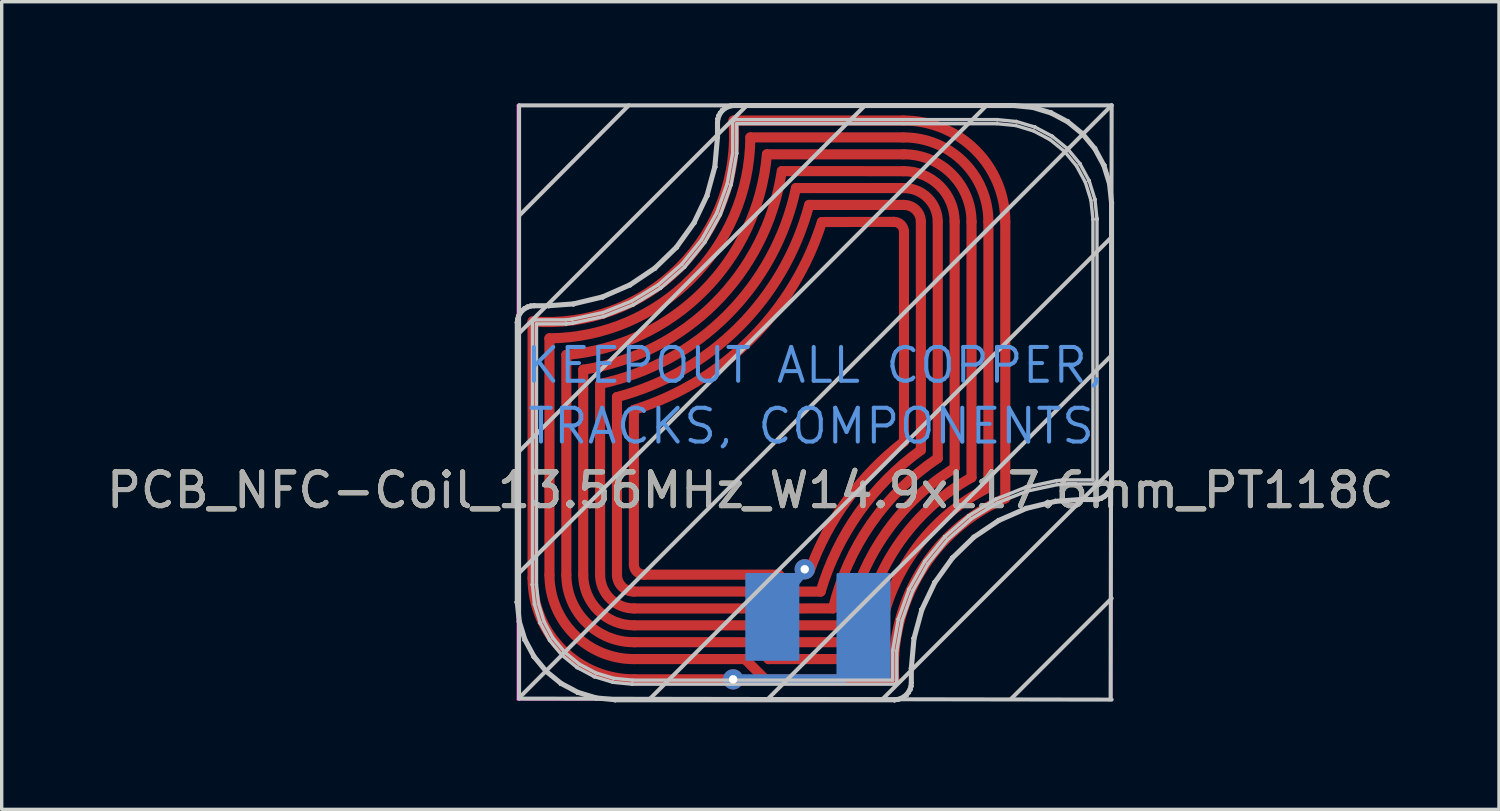
<source format=kicad_pcb>
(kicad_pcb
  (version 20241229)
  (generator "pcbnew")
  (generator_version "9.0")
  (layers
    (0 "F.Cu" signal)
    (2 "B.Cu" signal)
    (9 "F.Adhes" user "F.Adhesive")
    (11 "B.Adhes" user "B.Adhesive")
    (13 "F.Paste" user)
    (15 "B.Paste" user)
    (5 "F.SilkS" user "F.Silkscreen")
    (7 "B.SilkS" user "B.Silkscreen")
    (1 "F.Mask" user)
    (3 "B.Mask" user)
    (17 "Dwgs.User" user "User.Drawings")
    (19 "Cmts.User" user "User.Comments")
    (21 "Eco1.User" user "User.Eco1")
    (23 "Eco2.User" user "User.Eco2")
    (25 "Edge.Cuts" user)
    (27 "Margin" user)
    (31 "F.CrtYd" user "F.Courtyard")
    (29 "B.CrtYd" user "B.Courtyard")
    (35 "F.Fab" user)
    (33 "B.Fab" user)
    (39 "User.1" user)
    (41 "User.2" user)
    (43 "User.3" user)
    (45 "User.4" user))
  (footprint "PCB_NFC-Coil_13.56MHz_W14.9xL17.6mm_PT118C"
    (layer "F.Cu")
    (at 12.273 17.67)
    (property "Reference" "PCB_NFC-Coil_13.56MHz_W14.9xL17.6mm_PT118C" (at 6.9 -6.2 0) (unlocked yes) (layer "F.SilkS") (effects (font (size 1 1) (thickness 0.15))))
    (attr exclude_from_pos_files exclude_from_bom)
    (fp_line (start 0.45 -11.2) (end 0.45 -3.6) (stroke (width 0.3) (type solid)) (layer "F.Cu"))
    (fp_line (start 0.95 -10.7) (end 0.95 -3.7) (stroke (width 0.3) (type solid)) (layer "F.Cu"))
    (fp_line (start 1.45 -10.21) (end 1.45 -3.7) (stroke (width 0.3) (type solid)) (layer "F.Cu"))
    (fp_line (start 1.95 -9.77) (end 1.95 -3.7) (stroke (width 0.3) (type solid)) (layer "F.Cu"))
    (fp_line (start 2.45 -9.35) (end 2.45 -3.7) (stroke (width 0.3) (type solid)) (layer "F.Cu"))
    (fp_line (start 2.95 -8.96) (end 2.95 -3.7) (stroke (width 0.3) (type solid)) (layer "F.Cu"))
    (fp_line (start 3.45 -4) (end 3.45 -8.58) (stroke (width 0.3) (type solid)) (layer "F.Cu"))
    (fp_line (start 3.45 -0.6) (end 6.41 -0.6) (stroke (width 0.3) (type solid)) (layer "F.Cu"))
    (fp_line (start 6.74 -1.2) (end 3.472 -1.2) (stroke (width 0.3) (type solid)) (layer "F.Cu"))
    (fp_line (start 6.9 -16.65) (end 11.428 -16.65) (stroke (width 0.3) (type solid)) (layer "F.Cu"))
    (fp_line (start 6.94 -1.7) (end 3.467 -1.7) (stroke (width 0.3) (type solid)) (layer "F.Cu"))
    (fp_line (start 7.14 -2.2) (end 3.463 -2.2) (stroke (width 0.3) (type solid)) (layer "F.Cu"))
    (fp_line (start 7.34 -2.7) (end 3.459 -2.7) (stroke (width 0.3) (type solid)) (layer "F.Cu"))
    (fp_line (start 7.34 -0.6) (end 6.74 -1.2) (stroke (width 0.3) (type solid)) (layer "F.Cu"))
    (fp_line (start 7.34 -0.6) (end 11.16 -0.6) (stroke (width 0.3) (type solid)) (layer "F.Cu"))
    (fp_line (start 7.392 -16.15) (end 11.433 -16.15) (stroke (width 0.3) (type solid)) (layer "F.Cu"))
    (fp_line (start 7.44 -1.2) (end 6.94 -1.7) (stroke (width 0.3) (type solid)) (layer "F.Cu"))
    (fp_line (start 7.44 -1.2) (end 10.653 -1.2) (stroke (width 0.3) (type solid)) (layer "F.Cu"))
    (fp_line (start 7.54 -3.2) (end 3.45 -3.2) (stroke (width 0.3) (type solid)) (layer "F.Cu"))
    (fp_line (start 7.64 -1.7) (end 7.14 -2.2) (stroke (width 0.3) (type solid)) (layer "F.Cu"))
    (fp_line (start 7.64 -1.7) (end 10.19 -1.7) (stroke (width 0.3) (type solid)) (layer "F.Cu"))
    (fp_line (start 7.74 -3.7) (end 3.75 -3.7) (stroke (width 0.3) (type solid)) (layer "F.Cu"))
    (fp_line (start 7.836 -15.652) (end 11.437 -15.65) (stroke (width 0.3) (type solid)) (layer "F.Cu"))
    (fp_line (start 7.84 -2.2) (end 7.34 -2.7) (stroke (width 0.3) (type solid)) (layer "F.Cu"))
    (fp_line (start 7.84 -2.2) (end 9.767 -2.201) (stroke (width 0.3) (type solid)) (layer "F.Cu"))
    (fp_line (start 8.04 -2.7) (end 7.54 -3.2) (stroke (width 0.3) (type solid)) (layer "F.Cu"))
    (fp_line (start 8.04 -2.7) (end 9.348 -2.701) (stroke (width 0.3) (type solid)) (layer "F.Cu"))
    (fp_line (start 8.24 -3.2) (end 7.74 -3.7) (stroke (width 0.3) (type solid)) (layer "F.Cu"))
    (fp_line (start 8.24 -3.2) (end 8.982 -3.199) (stroke (width 0.3) (type solid)) (layer "F.Cu"))
    (fp_line (start 8.252 -15.15) (end 11.441 -15.15) (stroke (width 0.3) (type solid)) (layer "F.Cu"))
    (fp_line (start 8.646 -14.651) (end 11.45 -14.65) (stroke (width 0.3) (type solid)) (layer "F.Cu"))
    (fp_line (start 9.019 -14.144) (end 11.15 -14.15) (stroke (width 0.3) (type solid)) (layer "F.Cu"))
    (fp_line (start 11.45 -17.15) (end 6.4 -17.15) (stroke (width 0.3) (type solid)) (layer "F.Cu"))
    (fp_line (start 11.45 -13.85) (end 11.45 -7.64) (stroke (width 0.3) (type solid)) (layer "F.Cu"))
    (fp_line (start 11.95 -7.39) (end 11.95 -14.15) (stroke (width 0.3) (type solid)) (layer "F.Cu"))
    (fp_line (start 12.45 -7.15) (end 12.45 -14.15) (stroke (width 0.3) (type solid)) (layer "F.Cu"))
    (fp_line (start 12.95 -6.86) (end 12.95 -14.15) (stroke (width 0.3) (type solid)) (layer "F.Cu"))
    (fp_line (start 13.45 -6.58) (end 13.45 -14.15) (stroke (width 0.3) (type solid)) (layer "F.Cu"))
    (fp_line (start 13.95 -6.28) (end 13.95 -14.15) (stroke (width 0.3) (type solid)) (layer "F.Cu"))
    (fp_line (start 14.45 -5.963) (end 14.45 -14.15) (stroke (width 0.3) (type solid)) (layer "F.Cu"))
    (fp_arc (start 3.454365 -3.200019) (mid 3.097993 -3.344907) (end 2.95 -3.7) (stroke (width 0.3) (type solid)) (layer "F.Cu"))
    (fp_arc (start 3.45873 -2.700038) (mid 2.745986 -2.989813) (end 2.45 -3.7) (stroke (width 0.3) (type solid)) (layer "F.Cu"))
    (fp_arc (start 3.463095 -2.200057) (mid 2.39398 -2.63472) (end 1.95 -3.7) (stroke (width 0.3) (type solid)) (layer "F.Cu"))
    (fp_arc (start 3.467459 -1.700076) (mid 2.041973 -2.279627) (end 1.45 -3.7) (stroke (width 0.3) (type solid)) (layer "F.Cu"))
    (fp_arc (start 3.47182 -1.200095) (mid 1.689964 -1.924535) (end 0.95 -3.7) (stroke (width 0.3) (type solid)) (layer "F.Cu"))
    (fp_arc (start 3.47618 -0.600114) (mid 1.337956 -1.469444) (end 0.45 -3.6) (stroke (width 0.3) (type solid)) (layer "F.Cu"))
    (fp_arc (start 3.75 -3.7) (mid 3.537868 -3.787868) (end 3.45 -4) (stroke (width 0.3) (type solid)) (layer "F.Cu"))
    (fp_arc (start 6.4 -17.15) (mid 4.802083 -12.797917) (end 0.45 -11.2) (stroke (width 0.3) (type solid)) (layer "F.Cu"))
    (fp_arc (start 6.9 -16.649999) (mid 5.142788 -12.457212) (end 0.95 -10.7) (stroke (width 0.3) (type solid)) (layer "F.Cu"))
    (fp_arc (start 7.390045 -16.150537) (mid 5.505763 -12.094618) (end 1.45 -10.21) (stroke (width 0.3) (type solid)) (layer "F.Cu"))
    (fp_arc (start 7.830447 -15.652956) (mid 5.857235 -11.744879) (end 1.95 -9.77) (stroke (width 0.3) (type solid)) (layer "F.Cu"))
    (fp_arc (start 8.250001 -15.150004) (mid 6.211546 -11.388457) (end 2.45 -9.35) (stroke (width 0.3) (type solid)) (layer "F.Cu"))
    (fp_arc (start 8.640654 -14.652469) (mid 6.562621 -11.039185) (end 2.95 -8.96) (stroke (width 0.3) (type solid)) (layer "F.Cu"))
    (fp_arc (start 8.660106 -3.819962) (mid 9.782046 -5.929367) (end 11.45 -7.64) (stroke (width 0.3) (type solid)) (layer "F.Cu"))
    (fp_arc (start 8.981859 -3.199451) (mid 10.117948 -5.541199) (end 11.95 -7.39) (stroke (width 0.3) (type solid)) (layer "F.Cu"))
    (fp_arc (start 9.018199 -14.144271) (mid 6.916053 -10.6797) (end 3.45 -8.58) (stroke (width 0.3) (type solid)) (layer "F.Cu"))
    (fp_arc (start 9.347557 -2.70059) (mid 10.480095 -5.217231) (end 12.45 -7.15) (stroke (width 0.3) (type solid)) (layer "F.Cu"))
    (fp_arc (start 9.767224 -2.200508) (mid 10.86416 -4.868001) (end 12.95 -6.86) (stroke (width 0.3) (type solid)) (layer "F.Cu"))
    (fp_arc (start 10.192401 -1.699719) (mid 11.234256 -4.531647) (end 13.45 -6.58) (stroke (width 0.3) (type solid)) (layer "F.Cu"))
    (fp_arc (start 10.652819 -1.199882) (mid 11.607027 -4.190621) (end 13.95 -6.28) (stroke (width 0.3) (type solid)) (layer "F.Cu"))
    (fp_arc (start 11.15 -14.15) (mid 11.362132 -14.062132) (end 11.45 -13.85) (stroke (width 0.3) (type solid)) (layer "F.Cu"))
    (fp_arc (start 11.159614 -0.599975) (mid 11.952995 -3.804199) (end 14.45 -5.963244) (stroke (width 0.3) (type solid)) (layer "F.Cu"))
    (fp_arc (start 11.42382 -17.149886) (mid 13.562044 -16.280556) (end 14.45 -14.15) (stroke (width 0.3) (type solid)) (layer "F.Cu"))
    (fp_arc (start 11.42818 -16.649905) (mid 13.210036 -15.925465) (end 13.95 -14.15) (stroke (width 0.3) (type solid)) (layer "F.Cu"))
    (fp_arc (start 11.432541 -16.149924) (mid 12.858027 -15.570373) (end 13.45 -14.15) (stroke (width 0.3) (type solid)) (layer "F.Cu"))
    (fp_arc (start 11.436905 -15.649943) (mid 12.50602 -15.21528) (end 12.95 -14.15) (stroke (width 0.3) (type solid)) (layer "F.Cu"))
    (fp_arc (start 11.44127 -15.149962) (mid 12.154014 -14.860187) (end 12.45 -14.15) (stroke (width 0.3) (type solid)) (layer "F.Cu"))
    (fp_arc (start 11.445635 -14.649981) (mid 11.802007 -14.505093) (end 11.95 -14.15) (stroke (width 0.3) (type solid)) (layer "F.Cu"))
    (fp_line (start 6.4 -0.6) (end 9.6 -0.6) (stroke (width 0.3) (type solid)) (layer "B.Cu"))
    (fp_line (start 8.52 -3.86) (end 7.73 -2.91) (stroke (width 0.3) (type solid)) (layer "B.Cu"))
    (fp_line (start 9.6 -0.6) (end 10.6 -1.6) (stroke (width 0.3) (type solid)) (layer "B.Cu"))
    (fp_poly (pts (xy 8.3 -3.7) (xy 8.3 -1.2) (xy 6.8 -1.2) (xy 6.8 -3.7)) (stroke (width 0.1) (type solid)) (fill yes) (layer "B.Cu"))
    (fp_poly (pts (xy 11 -3.7) (xy 11 -0.6) (xy 9.5 -0.6) (xy 9.5 -3.7)) (stroke (width 0.1) (type solid)) (fill yes) (layer "B.Cu"))
    (fp_poly (pts (xy 8.3 -3.7) (xy 8.3 -1.2) (xy 6.8 -1.2) (xy 6.8 -3.7)) (stroke (width 0.1) (type solid)) (fill yes) (layer "B.Mask"))
    (fp_poly (pts (xy 11 -3.7) (xy 11 -0.6) (xy 9.5 -0.6) (xy 9.5 -3.7)) (stroke (width 0.1) (type solid)) (fill yes) (layer "B.Mask"))
    (fp_line (start -0.028 -11.167) (end -0.028 -11.168) (stroke (width 0.1) (type solid)) (layer "Dwgs.User"))
    (fp_line (start -0.028 -2.895) (end -0.028 -2.896) (stroke (width 0.1) (type solid)) (layer "Dwgs.User"))
    (fp_line (start -0.028 -2.896) (end -0.028 -11.167) (stroke (width 0.1) (type solid)) (layer "Dwgs.User"))
    (fp_line (start -0.028 -2.895) (end -0.028 -2.895) (stroke (width 0.1) (type solid)) (layer "Dwgs.User"))
    (fp_line (start -0.028 -2.894) (end -0.028 -2.895) (stroke (width 0.1) (type solid)) (layer "Dwgs.User"))
    (fp_line (start -0.028 -2.894) (end -0.028 -2.894) (stroke (width 0.1) (type solid)) (layer "Dwgs.User"))
    (fp_line (start -0.028 -2.875) (end -0.028 -2.894) (stroke (width 0.1) (type solid)) (layer "Dwgs.User"))
    (fp_line (start -0.028 -11.168) (end -0.028 -11.168) (stroke (width 0.1) (type solid)) (layer "Dwgs.User"))
    (fp_line (start -0.028 -11.168) (end -0.018 -11.265) (stroke (width 0.1) (type solid)) (layer "Dwgs.User"))
    (fp_line (start -0.028 -2.873) (end -0.028 -2.874) (stroke (width 0.1) (type solid)) (layer "Dwgs.User"))
    (fp_line (start -0.028 -2.874) (end -0.028 -2.875) (stroke (width 0.1) (type solid)) (layer "Dwgs.User"))
    (fp_line (start -0.028 -2.873) (end -0.028 -2.873) (stroke (width 0.1) (type solid)) (layer "Dwgs.User"))
    (fp_line (start -0.018 -11.265) (end -0.018 -11.265) (stroke (width 0.1) (type solid)) (layer "Dwgs.User"))
    (fp_line (start -0.018 -11.265) (end -0.018 -11.268) (stroke (width 0.1) (type solid)) (layer "Dwgs.User"))
    (fp_line (start -0.018 -11.268) (end -0.017 -11.27) (stroke (width 0.1) (type solid)) (layer "Dwgs.User"))
    (fp_line (start -0.017 -11.27) (end 0.011 -11.363) (stroke (width 0.1) (type solid)) (layer "Dwgs.User"))
    (fp_line (start 0.011 -11.363) (end 0.011 -11.364) (stroke (width 0.1) (type solid)) (layer "Dwgs.User"))
    (fp_line (start 0.011 -11.364) (end 0.012 -11.366) (stroke (width 0.1) (type solid)) (layer "Dwgs.User"))
    (fp_line (start 0.012 -11.366) (end 0.013 -11.368) (stroke (width 0.1) (type solid)) (layer "Dwgs.User"))
    (fp_line (start 0.013 -11.368) (end 0.058 -11.454) (stroke (width 0.1) (type solid)) (layer "Dwgs.User"))
    (fp_line (start 0.022 -11.164) (end 0.022 -2.895) (stroke (width 0.1) (type solid)) (layer "Dwgs.User"))
    (fp_line (start 0.022 -2.895) (end 0.022 -2.877) (stroke (width 0.1) (type solid)) (layer "Dwgs.User"))
    (fp_line (start 0.022 -2.877) (end 0.081 -2.317) (stroke (width 0.1) (type solid)) (layer "Dwgs.User"))
    (fp_line (start 0.031 -11.258) (end 0.022 -11.164) (stroke (width 0.1) (type solid)) (layer "Dwgs.User"))
    (fp_line (start 0.031 -2.31) (end -0.028 -2.873) (stroke (width 0.1) (type solid)) (layer "Dwgs.User"))
    (fp_line (start 0.032 -2.307) (end 0.031 -2.31) (stroke (width 0.1) (type solid)) (layer "Dwgs.User"))
    (fp_line (start 0.032 -2.305) (end 0.032 -2.307) (stroke (width 0.1) (type solid)) (layer "Dwgs.User"))
    (fp_line (start 0.032 -2.305) (end 0.032 -2.305) (stroke (width 0.1) (type solid)) (layer "Dwgs.User"))
    (fp_line (start 0.05 -17.6) (end 0.05 -0.03) (stroke (width 0.12) (type solid)) (layer "Dwgs.User"))
    (fp_line (start 0.05 -14.33) (end 3.3 -17.6) (stroke (width 0.12) (type solid)) (layer "Dwgs.User"))
    (fp_line (start 0.05 -10.85) (end 6.8 -17.6) (stroke (width 0.12) (type solid)) (layer "Dwgs.User"))
    (fp_line (start 0.05 -7.35) (end 10.3 -17.6) (stroke (width 0.12) (type solid)) (layer "Dwgs.User"))
    (fp_line (start 0.05 -3.75) (end 13.9 -17.6) (stroke (width 0.12) (type solid)) (layer "Dwgs.User"))
    (fp_line (start 0.05 -0.05) (end 17.6 -17.6) (stroke (width 0.12) (type solid)) (layer "Dwgs.User"))
    (fp_line (start 0.05 -0.03) (end 17.6 0) (stroke (width 0.12) (type solid)) (layer "Dwgs.User"))
    (fp_line (start 0.058 -11.346) (end 0.031 -11.258) (stroke (width 0.1) (type solid)) (layer "Dwgs.User"))
    (fp_line (start 0.058 -11.454) (end 0.059 -11.454) (stroke (width 0.1) (type solid)) (layer "Dwgs.User"))
    (fp_line (start 0.059 -11.454) (end 0.06 -11.456) (stroke (width 0.1) (type solid)) (layer "Dwgs.User"))
    (fp_line (start 0.06 -11.456) (end 0.061 -11.458) (stroke (width 0.1) (type solid)) (layer "Dwgs.User"))
    (fp_line (start 0.061 -11.458) (end 0.123 -11.534) (stroke (width 0.1) (type solid)) (layer "Dwgs.User"))
    (fp_line (start 0.081 -2.317) (end 0.247 -1.781) (stroke (width 0.1) (type solid)) (layer "Dwgs.User"))
    (fp_line (start 0.101 -11.428) (end 0.058 -11.346) (stroke (width 0.1) (type solid)) (layer "Dwgs.User"))
    (fp_line (start 0.123 -11.534) (end 0.123 -11.534) (stroke (width 0.1) (type solid)) (layer "Dwgs.User"))
    (fp_line (start 0.123 -11.534) (end 0.125 -11.535) (stroke (width 0.1) (type solid)) (layer "Dwgs.User"))
    (fp_line (start 0.125 -11.535) (end 0.126 -11.537) (stroke (width 0.1) (type solid)) (layer "Dwgs.User"))
    (fp_line (start 0.126 -11.537) (end 0.201 -11.599) (stroke (width 0.1) (type solid)) (layer "Dwgs.User"))
    (fp_line (start 0.16 -11.5) (end 0.101 -11.428) (stroke (width 0.1) (type solid)) (layer "Dwgs.User"))
    (fp_line (start 0.2 -1.764) (end 0.032 -2.305) (stroke (width 0.1) (type solid)) (layer "Dwgs.User"))
    (fp_line (start 0.201 -1.762) (end 0.2 -1.764) (stroke (width 0.1) (type solid)) (layer "Dwgs.User"))
    (fp_line (start 0.201 -1.76) (end 0.201 -1.762) (stroke (width 0.1) (type solid)) (layer "Dwgs.User"))
    (fp_line (start 0.201 -11.599) (end 0.202 -11.599) (stroke (width 0.1) (type solid)) (layer "Dwgs.User"))
    (fp_line (start 0.202 -1.76) (end 0.201 -1.76) (stroke (width 0.1) (type solid)) (layer "Dwgs.User"))
    (fp_line (start 0.202 -11.599) (end 0.204 -11.601) (stroke (width 0.1) (type solid)) (layer "Dwgs.User"))
    (fp_line (start 0.204 -11.601) (end 0.205 -11.602) (stroke (width 0.1) (type solid)) (layer "Dwgs.User"))
    (fp_line (start 0.205 -11.602) (end 0.291 -11.648) (stroke (width 0.1) (type solid)) (layer "Dwgs.User"))
    (fp_line (start 0.231 -11.559) (end 0.16 -11.5) (stroke (width 0.1) (type solid)) (layer "Dwgs.User"))
    (fp_line (start 0.247 -1.781) (end 0.514 -1.288) (stroke (width 0.1) (type solid)) (layer "Dwgs.User"))
    (fp_line (start 0.291 -11.648) (end 0.292 -11.649) (stroke (width 0.1) (type solid)) (layer "Dwgs.User"))
    (fp_line (start 0.292 -11.649) (end 0.294 -11.649) (stroke (width 0.1) (type solid)) (layer "Dwgs.User"))
    (fp_line (start 0.294 -11.649) (end 0.296 -11.65) (stroke (width 0.1) (type solid)) (layer "Dwgs.User"))
    (fp_line (start 0.296 -11.65) (end 0.389 -11.679) (stroke (width 0.1) (type solid)) (layer "Dwgs.User"))
    (fp_line (start 0.313 -11.603) (end 0.231 -11.559) (stroke (width 0.1) (type solid)) (layer "Dwgs.User"))
    (fp_line (start 0.389 -11.679) (end 0.389 -11.679) (stroke (width 0.1) (type solid)) (layer "Dwgs.User"))
    (fp_line (start 0.389 -11.679) (end 0.392 -11.68) (stroke (width 0.1) (type solid)) (layer "Dwgs.User"))
    (fp_line (start 0.392 -11.68) (end 0.394 -11.68) (stroke (width 0.1) (type solid)) (layer "Dwgs.User"))
    (fp_line (start 0.394 -11.68) (end 0.491 -11.69) (stroke (width 0.1) (type solid)) (layer "Dwgs.User"))
    (fp_line (start 0.401 -11.631) (end 0.313 -11.603) (stroke (width 0.1) (type solid)) (layer "Dwgs.User"))
    (fp_line (start 0.445 -11.187) (end 0.447 -11.199) (stroke (width 0.1) (type solid)) (layer "Dwgs.User"))
    (fp_line (start 0.446 -11.184) (end 0.445 -11.187) (stroke (width 0.1) (type solid)) (layer "Dwgs.User"))
    (fp_line (start 0.446 -3.417) (end 0.446 -3.417) (stroke (width 0.1) (type solid)) (layer "Dwgs.User"))
    (fp_line (start 0.446 -3.417) (end 0.446 -11.184) (stroke (width 0.1) (type solid)) (layer "Dwgs.User"))
    (fp_line (start 0.446 -3.416) (end 0.446 -3.417) (stroke (width 0.1) (type solid)) (layer "Dwgs.User"))
    (fp_line (start 0.446 -3.414) (end 0.446 -3.416) (stroke (width 0.1) (type solid)) (layer "Dwgs.User"))
    (fp_line (start 0.446 -3.414) (end 0.446 -3.414) (stroke (width 0.1) (type solid)) (layer "Dwgs.User"))
    (fp_line (start 0.446 -3.396) (end 0.446 -3.414) (stroke (width 0.1) (type solid)) (layer "Dwgs.User"))
    (fp_line (start 0.446 -3.391) (end 0.446 -3.394) (stroke (width 0.1) (type solid)) (layer "Dwgs.User"))
    (fp_line (start 0.446 -3.394) (end 0.446 -3.396) (stroke (width 0.1) (type solid)) (layer "Dwgs.User"))
    (fp_line (start 0.446 -3.39) (end 0.446 -3.391) (stroke (width 0.1) (type solid)) (layer "Dwgs.User"))
    (fp_line (start 0.447 -11.199) (end 0.45 -11.21) (stroke (width 0.1) (type solid)) (layer "Dwgs.User"))
    (fp_line (start 0.45 -11.21) (end 0.456 -11.22) (stroke (width 0.1) (type solid)) (layer "Dwgs.User"))
    (fp_line (start 0.456 -11.22) (end 0.463 -11.229) (stroke (width 0.1) (type solid)) (layer "Dwgs.User"))
    (fp_line (start 0.463 -11.229) (end 0.472 -11.237) (stroke (width 0.1) (type solid)) (layer "Dwgs.User"))
    (fp_line (start 0.471 -1.262) (end 0.202 -1.76) (stroke (width 0.1) (type solid)) (layer "Dwgs.User"))
    (fp_line (start 0.472 -1.26) (end 0.471 -1.262) (stroke (width 0.1) (type solid)) (layer "Dwgs.User"))
    (fp_line (start 0.472 -11.237) (end 0.483 -11.243) (stroke (width 0.1) (type solid)) (layer "Dwgs.User"))
    (fp_line (start 0.473 -1.258) (end 0.472 -1.26) (stroke (width 0.1) (type solid)) (layer "Dwgs.User"))
    (fp_line (start 0.473 -1.258) (end 0.473 -1.258) (stroke (width 0.1) (type solid)) (layer "Dwgs.User"))
    (fp_line (start 0.483 -11.243) (end 0.494 -11.246) (stroke (width 0.1) (type solid)) (layer "Dwgs.User"))
    (fp_line (start 0.491 -11.69) (end 0.491 -11.69) (stroke (width 0.1) (type solid)) (layer "Dwgs.User"))
    (fp_line (start 0.491 -11.69) (end 0.492 -11.69) (stroke (width 0.1) (type solid)) (layer "Dwgs.User"))
    (fp_line (start 0.492 -11.69) (end 0.493 -11.69) (stroke (width 0.1) (type solid)) (layer "Dwgs.User"))
    (fp_line (start 0.493 -11.69) (end 0.496 -11.69) (stroke (width 0.1) (type solid)) (layer "Dwgs.User"))
    (fp_line (start 0.494 -11.246) (end 0.503 -11.247) (stroke (width 0.1) (type solid)) (layer "Dwgs.User"))
    (fp_line (start 0.495 -11.64) (end 0.401 -11.631) (stroke (width 0.1) (type solid)) (layer "Dwgs.User"))
    (fp_line (start 0.496 -11.69) (end 0.496 -11.69) (stroke (width 0.1) (type solid)) (layer "Dwgs.User"))
    (fp_line (start 0.496 -11.69) (end 0.926 -11.69) (stroke (width 0.1) (type solid)) (layer "Dwgs.User"))
    (fp_line (start 0.497 -11.64) (end 0.495 -11.64) (stroke (width 0.1) (type solid)) (layer "Dwgs.User"))
    (fp_line (start 0.503 -11.247) (end 0.506 -11.247) (stroke (width 0.1) (type solid)) (layer "Dwgs.User"))
    (fp_line (start 0.505 -2.828) (end 0.446 -3.39) (stroke (width 0.1) (type solid)) (layer "Dwgs.User"))
    (fp_line (start 0.506 -11.247) (end 0.509 -11.247) (stroke (width 0.1) (type solid)) (layer "Dwgs.User"))
    (fp_line (start 0.506 -2.822) (end 0.505 -2.828) (stroke (width 0.1) (type solid)) (layer "Dwgs.User"))
    (fp_line (start 0.507 -2.817) (end 0.506 -2.822) (stroke (width 0.1) (type solid)) (layer "Dwgs.User"))
    (fp_line (start 0.508 -2.816) (end 0.507 -2.817) (stroke (width 0.1) (type solid)) (layer "Dwgs.User"))
    (fp_line (start 0.509 -11.247) (end 1.432 -11.247) (stroke (width 0.1) (type solid)) (layer "Dwgs.User"))
    (fp_line (start 0.514 -1.288) (end 0.871 -0.855) (stroke (width 0.1) (type solid)) (layer "Dwgs.User"))
    (fp_line (start 0.566 -11.127) (end 0.566 -3.417) (stroke (width 0.1) (type solid)) (layer "Dwgs.User"))
    (fp_line (start 0.566 -3.417) (end 0.566 -3.4) (stroke (width 0.1) (type solid)) (layer "Dwgs.User"))
    (fp_line (start 0.566 -3.4) (end 0.624 -2.846) (stroke (width 0.1) (type solid)) (layer "Dwgs.User"))
    (fp_line (start 0.624 -2.846) (end 0.788 -2.316) (stroke (width 0.1) (type solid)) (layer "Dwgs.User"))
    (fp_line (start 0.675 -2.275) (end 0.508 -2.816) (stroke (width 0.1) (type solid)) (layer "Dwgs.User"))
    (fp_line (start 0.677 -2.27) (end 0.675 -2.275) (stroke (width 0.1) (type solid)) (layer "Dwgs.User"))
    (fp_line (start 0.679 -2.265) (end 0.677 -2.27) (stroke (width 0.1) (type solid)) (layer "Dwgs.User"))
    (fp_line (start 0.68 -2.265) (end 0.679 -2.265) (stroke (width 0.1) (type solid)) (layer "Dwgs.User"))
    (fp_line (start 0.68 -2.265) (end 0.68 -2.265) (stroke (width 0.1) (type solid)) (layer "Dwgs.User"))
    (fp_line (start 0.68 -2.265) (end 0.68 -2.265) (stroke (width 0.1) (type solid)) (layer "Dwgs.User"))
    (fp_line (start 0.788 -2.316) (end 1.051 -1.829) (stroke (width 0.1) (type solid)) (layer "Dwgs.User"))
    (fp_line (start 0.834 -0.822) (end 0.473 -1.258) (stroke (width 0.1) (type solid)) (layer "Dwgs.User"))
    (fp_line (start 0.836 -0.82) (end 0.834 -0.822) (stroke (width 0.1) (type solid)) (layer "Dwgs.User"))
    (fp_line (start 0.837 -0.818) (end 0.836 -0.82) (stroke (width 0.1) (type solid)) (layer "Dwgs.User"))
    (fp_line (start 0.838 -0.818) (end 0.837 -0.818) (stroke (width 0.1) (type solid)) (layer "Dwgs.User"))
    (fp_line (start 0.871 -0.855) (end 1.306 -0.501) (stroke (width 0.1) (type solid)) (layer "Dwgs.User"))
    (fp_line (start 0.926 -11.69) (end 1.654 -11.744) (stroke (width 0.1) (type solid)) (layer "Dwgs.User"))
    (fp_line (start 0.928 -11.64) (end 0.497 -11.64) (stroke (width 0.1) (type solid)) (layer "Dwgs.User"))
    (fp_line (start 0.929 -11.64) (end 0.928 -11.64) (stroke (width 0.1) (type solid)) (layer "Dwgs.User"))
    (fp_line (start 0.949 -1.767) (end 0.68 -2.265) (stroke (width 0.1) (type solid)) (layer "Dwgs.User"))
    (fp_line (start 0.952 -1.762) (end 0.949 -1.767) (stroke (width 0.1) (type solid)) (layer "Dwgs.User"))
    (fp_line (start 0.955 -1.758) (end 0.952 -1.762) (stroke (width 0.1) (type solid)) (layer "Dwgs.User"))
    (fp_line (start 0.955 -1.757) (end 0.955 -1.758) (stroke (width 0.1) (type solid)) (layer "Dwgs.User"))
    (fp_line (start 1.051 -1.829) (end 1.405 -1.402) (stroke (width 0.1) (type solid)) (layer "Dwgs.User"))
    (fp_line (start 1.276 -0.461) (end 0.838 -0.818) (stroke (width 0.1) (type solid)) (layer "Dwgs.User"))
    (fp_line (start 1.278 -0.459) (end 1.276 -0.461) (stroke (width 0.1) (type solid)) (layer "Dwgs.User"))
    (fp_line (start 1.28 -0.458) (end 1.278 -0.459) (stroke (width 0.1) (type solid)) (layer "Dwgs.User"))
    (fp_line (start 1.28 -0.458) (end 1.28 -0.458) (stroke (width 0.1) (type solid)) (layer "Dwgs.User"))
    (fp_line (start 1.306 -0.501) (end 1.801 -0.237) (stroke (width 0.1) (type solid)) (layer "Dwgs.User"))
    (fp_line (start 1.316 -1.321) (end 0.955 -1.757) (stroke (width 0.1) (type solid)) (layer "Dwgs.User"))
    (fp_line (start 1.32 -1.317) (end 1.316 -1.321) (stroke (width 0.1) (type solid)) (layer "Dwgs.User"))
    (fp_line (start 1.324 -1.313) (end 1.32 -1.317) (stroke (width 0.1) (type solid)) (layer "Dwgs.User"))
    (fp_line (start 1.324 -1.313) (end 1.324 -1.313) (stroke (width 0.1) (type solid)) (layer "Dwgs.User"))
    (fp_line (start 1.405 -1.402) (end 1.834 -1.052) (stroke (width 0.1) (type solid)) (layer "Dwgs.User"))
    (fp_line (start 1.432 -11.247) (end 1.619 -11.267) (stroke (width 0.1) (type solid)) (layer "Dwgs.User"))
    (fp_line (start 1.439 -11.127) (end 0.566 -11.127) (stroke (width 0.1) (type solid)) (layer "Dwgs.User"))
    (fp_line (start 1.447 -11.128) (end 1.439 -11.127) (stroke (width 0.1) (type solid)) (layer "Dwgs.User"))
    (fp_line (start 1.448 -11.128) (end 1.447 -11.128) (stroke (width 0.1) (type solid)) (layer "Dwgs.User"))
    (fp_line (start 1.619 -11.267) (end 2.524 -11.46) (stroke (width 0.1) (type solid)) (layer "Dwgs.User"))
    (fp_line (start 1.635 -11.148) (end 1.448 -11.128) (stroke (width 0.1) (type solid)) (layer "Dwgs.User"))
    (fp_line (start 1.635 -11.148) (end 1.635 -11.148) (stroke (width 0.1) (type solid)) (layer "Dwgs.User"))
    (fp_line (start 1.635 -11.148) (end 1.635 -11.148) (stroke (width 0.1) (type solid)) (layer "Dwgs.User"))
    (fp_line (start 1.641 -11.149) (end 1.635 -11.148) (stroke (width 0.1) (type solid)) (layer "Dwgs.User"))
    (fp_line (start 1.654 -11.744) (end 2.514 -11.95) (stroke (width 0.1) (type solid)) (layer "Dwgs.User"))
    (fp_line (start 1.659 -11.694) (end 0.929 -11.64) (stroke (width 0.1) (type solid)) (layer "Dwgs.User"))
    (fp_line (start 1.66 -11.694) (end 1.659 -11.694) (stroke (width 0.1) (type solid)) (layer "Dwgs.User"))
    (fp_line (start 1.66 -11.694) (end 1.66 -11.694) (stroke (width 0.1) (type solid)) (layer "Dwgs.User"))
    (fp_line (start 1.663 -11.695) (end 1.66 -11.694) (stroke (width 0.1) (type solid)) (layer "Dwgs.User"))
    (fp_line (start 1.763 -0.955) (end 1.324 -1.313) (stroke (width 0.1) (type solid)) (layer "Dwgs.User"))
    (fp_line (start 1.767 -0.952) (end 1.763 -0.955) (stroke (width 0.1) (type solid)) (layer "Dwgs.User"))
    (fp_line (start 1.772 -0.949) (end 1.767 -0.952) (stroke (width 0.1) (type solid)) (layer "Dwgs.User"))
    (fp_line (start 1.773 -0.948) (end 1.772 -0.949) (stroke (width 0.1) (type solid)) (layer "Dwgs.User"))
    (fp_line (start 1.78 -0.192) (end 1.28 -0.458) (stroke (width 0.1) (type solid)) (layer "Dwgs.User"))
    (fp_line (start 1.782 -0.191) (end 1.78 -0.192) (stroke (width 0.1) (type solid)) (layer "Dwgs.User"))
    (fp_line (start 1.784 -0.19) (end 1.782 -0.191) (stroke (width 0.1) (type solid)) (layer "Dwgs.User"))
    (fp_line (start 1.785 -0.19) (end 1.784 -0.19) (stroke (width 0.1) (type solid)) (layer "Dwgs.User"))
    (fp_line (start 1.801 -0.237) (end 2.339 -0.075) (stroke (width 0.1) (type solid)) (layer "Dwgs.User"))
    (fp_line (start 1.834 -1.052) (end 2.324 -0.791) (stroke (width 0.1) (type solid)) (layer "Dwgs.User"))
    (fp_line (start 2.272 -0.683) (end 1.773 -0.948) (stroke (width 0.1) (type solid)) (layer "Dwgs.User"))
    (fp_line (start 2.277 -0.681) (end 2.272 -0.683) (stroke (width 0.1) (type solid)) (layer "Dwgs.User"))
    (fp_line (start 2.282 -0.679) (end 2.277 -0.681) (stroke (width 0.1) (type solid)) (layer "Dwgs.User"))
    (fp_line (start 2.283 -0.678) (end 2.282 -0.679) (stroke (width 0.1) (type solid)) (layer "Dwgs.User"))
    (fp_line (start 2.324 -0.791) (end 2.854 -0.631) (stroke (width 0.1) (type solid)) (layer "Dwgs.User"))
    (fp_line (start 2.326 -0.027) (end 1.785 -0.19) (stroke (width 0.1) (type solid)) (layer "Dwgs.User"))
    (fp_line (start 2.329 -0.026) (end 2.326 -0.027) (stroke (width 0.1) (type solid)) (layer "Dwgs.User"))
    (fp_line (start 2.331 -0.026) (end 2.329 -0.026) (stroke (width 0.1) (type solid)) (layer "Dwgs.User"))
    (fp_line (start 2.331 -0.026) (end 2.331 -0.026) (stroke (width 0.1) (type solid)) (layer "Dwgs.User"))
    (fp_line (start 2.339 -0.075) (end 2.898 -0.02) (stroke (width 0.1) (type solid)) (layer "Dwgs.User"))
    (fp_line (start 2.514 -11.95) (end 3.324 -12.306) (stroke (width 0.1) (type solid)) (layer "Dwgs.User"))
    (fp_line (start 2.524 -11.46) (end 3.382 -11.803) (stroke (width 0.1) (type solid)) (layer "Dwgs.User"))
    (fp_line (start 2.528 -11.902) (end 1.663 -11.695) (stroke (width 0.1) (type solid)) (layer "Dwgs.User"))
    (fp_line (start 2.528 -11.902) (end 2.528 -11.902) (stroke (width 0.1) (type solid)) (layer "Dwgs.User"))
    (fp_line (start 2.529 -11.903) (end 2.528 -11.902) (stroke (width 0.1) (type solid)) (layer "Dwgs.User"))
    (fp_line (start 2.532 -11.904) (end 2.529 -11.903) (stroke (width 0.1) (type solid)) (layer "Dwgs.User"))
    (fp_line (start 2.554 -11.344) (end 1.641 -11.149) (stroke (width 0.1) (type solid)) (layer "Dwgs.User"))
    (fp_line (start 2.556 -11.345) (end 2.554 -11.344) (stroke (width 0.1) (type solid)) (layer "Dwgs.User"))
    (fp_line (start 2.559 -11.345) (end 2.556 -11.345) (stroke (width 0.1) (type solid)) (layer "Dwgs.User"))
    (fp_line (start 2.564 -11.347) (end 2.559 -11.345) (stroke (width 0.1) (type solid)) (layer "Dwgs.User"))
    (fp_line (start 2.825 -0.515) (end 2.283 -0.678) (stroke (width 0.1) (type solid)) (layer "Dwgs.User"))
    (fp_line (start 2.83 -0.514) (end 2.825 -0.515) (stroke (width 0.1) (type solid)) (layer "Dwgs.User"))
    (fp_line (start 2.836 -0.513) (end 2.83 -0.514) (stroke (width 0.1) (type solid)) (layer "Dwgs.User"))
    (fp_line (start 2.837 -0.512) (end 2.836 -0.513) (stroke (width 0.1) (type solid)) (layer "Dwgs.User"))
    (fp_line (start 2.854 -0.631) (end 3.409 -0.577) (stroke (width 0.1) (type solid)) (layer "Dwgs.User"))
    (fp_line (start 2.895 0.029) (end 2.331 -0.026) (stroke (width 0.1) (type solid)) (layer "Dwgs.User"))
    (fp_line (start 2.895 0.029) (end 2.895 0.029) (stroke (width 0.1) (type solid)) (layer "Dwgs.User"))
    (fp_line (start 2.896 0.03) (end 2.895 0.029) (stroke (width 0.1) (type solid)) (layer "Dwgs.User"))
    (fp_line (start 2.898 -0.02) (end 11.167 -0.02) (stroke (width 0.1) (type solid)) (layer "Dwgs.User"))
    (fp_line (start 3.324 -12.306) (end 4.058 -12.799) (stroke (width 0.1) (type solid)) (layer "Dwgs.User"))
    (fp_line (start 3.346 -12.261) (end 2.532 -11.904) (stroke (width 0.1) (type solid)) (layer "Dwgs.User"))
    (fp_line (start 3.346 -12.261) (end 3.346 -12.261) (stroke (width 0.1) (type solid)) (layer "Dwgs.User"))
    (fp_line (start 3.347 -12.262) (end 3.346 -12.261) (stroke (width 0.1) (type solid)) (layer "Dwgs.User"))
    (fp_line (start 3.35 -12.263) (end 3.347 -12.262) (stroke (width 0.1) (type solid)) (layer "Dwgs.User"))
    (fp_line (start 3.382 -11.803) (end 4.17 -12.285) (stroke (width 0.1) (type solid)) (layer "Dwgs.User"))
    (fp_line (start 3.4 -0.457) (end 2.837 -0.512) (stroke (width 0.1) (type solid)) (layer "Dwgs.User"))
    (fp_line (start 3.4 -0.457) (end 3.4 -0.457) (stroke (width 0.1) (type solid)) (layer "Dwgs.User"))
    (fp_line (start 3.403 -0.457) (end 3.4 -0.457) (stroke (width 0.1) (type solid)) (layer "Dwgs.User"))
    (fp_line (start 3.409 -0.577) (end 11.116 -0.577) (stroke (width 0.1) (type solid)) (layer "Dwgs.User"))
    (fp_line (start 3.431 -11.693) (end 2.564 -11.347) (stroke (width 0.1) (type solid)) (layer "Dwgs.User"))
    (fp_line (start 3.433 -11.694) (end 3.431 -11.693) (stroke (width 0.1) (type solid)) (layer "Dwgs.User"))
    (fp_line (start 3.435 -11.695) (end 3.433 -11.694) (stroke (width 0.1) (type solid)) (layer "Dwgs.User"))
    (fp_line (start 3.44 -11.698) (end 3.435 -11.695) (stroke (width 0.1) (type solid)) (layer "Dwgs.User"))
    (fp_line (start 3.93 -0.03) (end 17.6 -13.7) (stroke (width 0.12) (type solid)) (layer "Dwgs.User"))
    (fp_line (start 4.058 -12.799) (end 4.693 -13.415) (stroke (width 0.1) (type solid)) (layer "Dwgs.User"))
    (fp_line (start 4.088 -12.759) (end 3.35 -12.263) (stroke (width 0.1) (type solid)) (layer "Dwgs.User"))
    (fp_line (start 4.088 -12.759) (end 4.088 -12.759) (stroke (width 0.1) (type solid)) (layer "Dwgs.User"))
    (fp_line (start 4.089 -12.76) (end 4.088 -12.759) (stroke (width 0.1) (type solid)) (layer "Dwgs.User"))
    (fp_line (start 4.091 -12.762) (end 4.089 -12.76) (stroke (width 0.1) (type solid)) (layer "Dwgs.User"))
    (fp_line (start 4.17 -12.285) (end 4.865 -12.893) (stroke (width 0.1) (type solid)) (layer "Dwgs.User"))
    (fp_line (start 4.237 -12.185) (end 3.44 -11.698) (stroke (width 0.1) (type solid)) (layer "Dwgs.User"))
    (fp_line (start 4.239 -12.187) (end 4.237 -12.185) (stroke (width 0.1) (type solid)) (layer "Dwgs.User"))
    (fp_line (start 4.241 -12.188) (end 4.239 -12.187) (stroke (width 0.1) (type solid)) (layer "Dwgs.User"))
    (fp_line (start 4.245 -12.191) (end 4.241 -12.188) (stroke (width 0.1) (type solid)) (layer "Dwgs.User"))
    (fp_line (start 4.693 -13.415) (end 5.209 -14.133) (stroke (width 0.1) (type solid)) (layer "Dwgs.User"))
    (fp_line (start 4.729 -13.38) (end 4.091 -12.762) (stroke (width 0.1) (type solid)) (layer "Dwgs.User"))
    (fp_line (start 4.73 -13.381) (end 4.729 -13.38) (stroke (width 0.1) (type solid)) (layer "Dwgs.User"))
    (fp_line (start 4.73 -13.382) (end 4.73 -13.381) (stroke (width 0.1) (type solid)) (layer "Dwgs.User"))
    (fp_line (start 4.732 -13.384) (end 4.73 -13.382) (stroke (width 0.1) (type solid)) (layer "Dwgs.User"))
    (fp_line (start 4.865 -12.893) (end 5.449 -13.609) (stroke (width 0.1) (type solid)) (layer "Dwgs.User"))
    (fp_line (start 4.948 -12.806) (end 4.245 -12.191) (stroke (width 0.1) (type solid)) (layer "Dwgs.User"))
    (fp_line (start 4.95 -12.807) (end 4.948 -12.806) (stroke (width 0.1) (type solid)) (layer "Dwgs.User"))
    (fp_line (start 4.952 -12.809) (end 4.95 -12.807) (stroke (width 0.1) (type solid)) (layer "Dwgs.User"))
    (fp_line (start 4.955 -12.813) (end 4.952 -12.809) (stroke (width 0.1) (type solid)) (layer "Dwgs.User"))
    (fp_line (start 5.209 -14.133) (end 5.59 -14.931) (stroke (width 0.1) (type solid)) (layer "Dwgs.User"))
    (fp_line (start 5.251 -14.106) (end 4.732 -13.384) (stroke (width 0.1) (type solid)) (layer "Dwgs.User"))
    (fp_line (start 5.251 -14.106) (end 5.251 -14.106) (stroke (width 0.1) (type solid)) (layer "Dwgs.User"))
    (fp_line (start 5.252 -14.107) (end 5.251 -14.106) (stroke (width 0.1) (type solid)) (layer "Dwgs.User"))
    (fp_line (start 5.253 -14.109) (end 5.252 -14.107) (stroke (width 0.1) (type solid)) (layer "Dwgs.User"))
    (fp_line (start 5.449 -13.609) (end 5.903 -14.414) (stroke (width 0.1) (type solid)) (layer "Dwgs.User"))
    (fp_line (start 5.545 -13.537) (end 4.955 -12.813) (stroke (width 0.1) (type solid)) (layer "Dwgs.User"))
    (fp_line (start 5.546 -13.539) (end 5.545 -13.537) (stroke (width 0.1) (type solid)) (layer "Dwgs.User"))
    (fp_line (start 5.548 -13.541) (end 5.546 -13.539) (stroke (width 0.1) (type solid)) (layer "Dwgs.User"))
    (fp_line (start 5.551 -13.546) (end 5.548 -13.541) (stroke (width 0.1) (type solid)) (layer "Dwgs.User"))
    (fp_line (start 5.59 -14.931) (end 5.823 -15.784) (stroke (width 0.1) (type solid)) (layer "Dwgs.User"))
    (fp_line (start 5.636 -14.912) (end 5.253 -14.109) (stroke (width 0.1) (type solid)) (layer "Dwgs.User"))
    (fp_line (start 5.636 -14.912) (end 5.636 -14.912) (stroke (width 0.1) (type solid)) (layer "Dwgs.User"))
    (fp_line (start 5.637 -14.913) (end 5.636 -14.912) (stroke (width 0.1) (type solid)) (layer "Dwgs.User"))
    (fp_line (start 5.637 -14.916) (end 5.637 -14.913) (stroke (width 0.1) (type solid)) (layer "Dwgs.User"))
    (fp_line (start 5.823 -15.784) (end 5.902 -16.666) (stroke (width 0.1) (type solid)) (layer "Dwgs.User"))
    (fp_line (start 5.872 -15.773) (end 5.637 -14.916) (stroke (width 0.1) (type solid)) (layer "Dwgs.User"))
    (fp_line (start 5.872 -15.774) (end 5.872 -15.773) (stroke (width 0.1) (type solid)) (layer "Dwgs.User"))
    (fp_line (start 5.872 -15.775) (end 5.872 -15.774) (stroke (width 0.1) (type solid)) (layer "Dwgs.User"))
    (fp_line (start 5.873 -15.778) (end 5.872 -15.775) (stroke (width 0.1) (type solid)) (layer "Dwgs.User"))
    (fp_line (start 5.902 -17.097) (end 5.902 -17.098) (stroke (width 0.1) (type solid)) (layer "Dwgs.User"))
    (fp_line (start 5.902 -16.666) (end 5.902 -17.097) (stroke (width 0.1) (type solid)) (layer "Dwgs.User"))
    (fp_line (start 5.902 -17.098) (end 5.902 -17.098) (stroke (width 0.1) (type solid)) (layer "Dwgs.User"))
    (fp_line (start 5.902 -17.098) (end 5.912 -17.195) (stroke (width 0.1) (type solid)) (layer "Dwgs.User"))
    (fp_line (start 5.903 -14.414) (end 6.215 -15.283) (stroke (width 0.1) (type solid)) (layer "Dwgs.User"))
    (fp_line (start 5.912 -17.195) (end 5.912 -17.195) (stroke (width 0.1) (type solid)) (layer "Dwgs.User"))
    (fp_line (start 5.912 -17.195) (end 5.912 -17.198) (stroke (width 0.1) (type solid)) (layer "Dwgs.User"))
    (fp_line (start 5.912 -17.198) (end 5.913 -17.2) (stroke (width 0.1) (type solid)) (layer "Dwgs.User"))
    (fp_line (start 5.913 -17.2) (end 5.941 -17.293) (stroke (width 0.1) (type solid)) (layer "Dwgs.User"))
    (fp_line (start 5.941 -17.293) (end 5.941 -17.294) (stroke (width 0.1) (type solid)) (layer "Dwgs.User"))
    (fp_line (start 5.941 -17.294) (end 5.942 -17.296) (stroke (width 0.1) (type solid)) (layer "Dwgs.User"))
    (fp_line (start 5.942 -17.296) (end 5.943 -17.298) (stroke (width 0.1) (type solid)) (layer "Dwgs.User"))
    (fp_line (start 5.943 -17.298) (end 5.988 -17.384) (stroke (width 0.1) (type solid)) (layer "Dwgs.User"))
    (fp_line (start 5.952 -16.663) (end 5.873 -15.778) (stroke (width 0.1) (type solid)) (layer "Dwgs.User"))
    (fp_line (start 5.952 -16.663) (end 5.952 -16.663) (stroke (width 0.1) (type solid)) (layer "Dwgs.User"))
    (fp_line (start 5.952 -17.094) (end 5.952 -16.664) (stroke (width 0.1) (type solid)) (layer "Dwgs.User"))
    (fp_line (start 5.952 -16.664) (end 5.952 -16.663) (stroke (width 0.1) (type solid)) (layer "Dwgs.User"))
    (fp_line (start 5.961 -17.188) (end 5.952 -17.094) (stroke (width 0.1) (type solid)) (layer "Dwgs.User"))
    (fp_line (start 5.988 -17.276) (end 5.961 -17.188) (stroke (width 0.1) (type solid)) (layer "Dwgs.User"))
    (fp_line (start 5.988 -17.384) (end 5.989 -17.384) (stroke (width 0.1) (type solid)) (layer "Dwgs.User"))
    (fp_line (start 5.989 -17.384) (end 5.99 -17.386) (stroke (width 0.1) (type solid)) (layer "Dwgs.User"))
    (fp_line (start 5.99 -17.386) (end 5.991 -17.388) (stroke (width 0.1) (type solid)) (layer "Dwgs.User"))
    (fp_line (start 5.991 -17.388) (end 6.053 -17.463) (stroke (width 0.1) (type solid)) (layer "Dwgs.User"))
    (fp_line (start 6.01 -14.359) (end 5.551 -13.546) (stroke (width 0.1) (type solid)) (layer "Dwgs.User"))
    (fp_line (start 6.011 -14.361) (end 6.01 -14.359) (stroke (width 0.1) (type solid)) (layer "Dwgs.User"))
    (fp_line (start 6.012 -14.363) (end 6.011 -14.361) (stroke (width 0.1) (type solid)) (layer "Dwgs.User"))
    (fp_line (start 6.014 -14.368) (end 6.012 -14.363) (stroke (width 0.1) (type solid)) (layer "Dwgs.User"))
    (fp_line (start 6.031 -17.358) (end 5.988 -17.276) (stroke (width 0.1) (type solid)) (layer "Dwgs.User"))
    (fp_line (start 6.053 -17.463) (end 6.053 -17.464) (stroke (width 0.1) (type solid)) (layer "Dwgs.User"))
    (fp_line (start 6.053 -17.464) (end 6.055 -17.465) (stroke (width 0.1) (type solid)) (layer "Dwgs.User"))
    (fp_line (start 6.055 -17.465) (end 6.056 -17.467) (stroke (width 0.1) (type solid)) (layer "Dwgs.User"))
    (fp_line (start 6.056 -17.467) (end 6.131 -17.529) (stroke (width 0.1) (type solid)) (layer "Dwgs.User"))
    (fp_line (start 6.09 -17.43) (end 6.031 -17.358) (stroke (width 0.1) (type solid)) (layer "Dwgs.User"))
    (fp_line (start 6.131 -17.529) (end 6.132 -17.529) (stroke (width 0.1) (type solid)) (layer "Dwgs.User"))
    (fp_line (start 6.132 -17.529) (end 6.134 -17.531) (stroke (width 0.1) (type solid)) (layer "Dwgs.User"))
    (fp_line (start 6.134 -17.531) (end 6.135 -17.532) (stroke (width 0.1) (type solid)) (layer "Dwgs.User"))
    (fp_line (start 6.135 -17.532) (end 6.221 -17.578) (stroke (width 0.1) (type solid)) (layer "Dwgs.User"))
    (fp_line (start 6.161 -17.489) (end 6.09 -17.43) (stroke (width 0.1) (type solid)) (layer "Dwgs.User"))
    (fp_line (start 6.215 -15.283) (end 6.376 -16.192) (stroke (width 0.1) (type solid)) (layer "Dwgs.User"))
    (fp_line (start 6.221 -17.578) (end 6.222 -17.578) (stroke (width 0.1) (type solid)) (layer "Dwgs.User"))
    (fp_line (start 6.222 -17.578) (end 6.224 -17.579) (stroke (width 0.1) (type solid)) (layer "Dwgs.User"))
    (fp_line (start 6.224 -17.579) (end 6.226 -17.58) (stroke (width 0.1) (type solid)) (layer "Dwgs.User"))
    (fp_line (start 6.226 -17.58) (end 6.319 -17.609) (stroke (width 0.1) (type solid)) (layer "Dwgs.User"))
    (fp_line (start 6.243 -17.533) (end 6.161 -17.489) (stroke (width 0.1) (type solid)) (layer "Dwgs.User"))
    (fp_line (start 6.319 -17.609) (end 6.319 -17.609) (stroke (width 0.1) (type solid)) (layer "Dwgs.User"))
    (fp_line (start 6.319 -17.609) (end 6.322 -17.61) (stroke (width 0.1) (type solid)) (layer "Dwgs.User"))
    (fp_line (start 6.322 -17.61) (end 6.324 -17.61) (stroke (width 0.1) (type solid)) (layer "Dwgs.User"))
    (fp_line (start 6.324 -17.61) (end 6.421 -17.62) (stroke (width 0.1) (type solid)) (layer "Dwgs.User"))
    (fp_line (start 6.329 -15.247) (end 6.014 -14.368) (stroke (width 0.1) (type solid)) (layer "Dwgs.User"))
    (fp_line (start 6.33 -15.249) (end 6.329 -15.247) (stroke (width 0.1) (type solid)) (layer "Dwgs.User"))
    (fp_line (start 6.331 -15.251) (end 6.33 -15.249) (stroke (width 0.1) (type solid)) (layer "Dwgs.User"))
    (fp_line (start 6.331 -17.561) (end 6.243 -17.533) (stroke (width 0.1) (type solid)) (layer "Dwgs.User"))
    (fp_line (start 6.332 -15.257) (end 6.331 -15.251) (stroke (width 0.1) (type solid)) (layer "Dwgs.User"))
    (fp_line (start 6.375 -17.117) (end 6.377 -17.129) (stroke (width 0.1) (type solid)) (layer "Dwgs.User"))
    (fp_line (start 6.376 -17.114) (end 6.375 -17.117) (stroke (width 0.1) (type solid)) (layer "Dwgs.User"))
    (fp_line (start 6.376 -16.192) (end 6.376 -17.114) (stroke (width 0.1) (type solid)) (layer "Dwgs.User"))
    (fp_line (start 6.377 -17.129) (end 6.38 -17.14) (stroke (width 0.1) (type solid)) (layer "Dwgs.User"))
    (fp_line (start 6.38 -17.14) (end 6.386 -17.15) (stroke (width 0.1) (type solid)) (layer "Dwgs.User"))
    (fp_line (start 6.386 -17.15) (end 6.393 -17.16) (stroke (width 0.1) (type solid)) (layer "Dwgs.User"))
    (fp_line (start 6.393 -17.16) (end 6.402 -17.167) (stroke (width 0.1) (type solid)) (layer "Dwgs.User"))
    (fp_line (start 6.402 -17.167) (end 6.413 -17.173) (stroke (width 0.1) (type solid)) (layer "Dwgs.User"))
    (fp_line (start 6.413 -17.173) (end 6.424 -17.176) (stroke (width 0.1) (type solid)) (layer "Dwgs.User"))
    (fp_line (start 6.421 -17.62) (end 6.421 -17.62) (stroke (width 0.1) (type solid)) (layer "Dwgs.User"))
    (fp_line (start 6.421 -17.62) (end 6.422 -17.62) (stroke (width 0.1) (type solid)) (layer "Dwgs.User"))
    (fp_line (start 6.422 -17.62) (end 6.423 -17.62) (stroke (width 0.1) (type solid)) (layer "Dwgs.User"))
    (fp_line (start 6.423 -17.62) (end 6.426 -17.62) (stroke (width 0.1) (type solid)) (layer "Dwgs.User"))
    (fp_line (start 6.424 -17.176) (end 6.433 -17.177) (stroke (width 0.1) (type solid)) (layer "Dwgs.User"))
    (fp_line (start 6.425 -17.57) (end 6.331 -17.561) (stroke (width 0.1) (type solid)) (layer "Dwgs.User"))
    (fp_line (start 6.426 -17.62) (end 6.426 -17.62) (stroke (width 0.1) (type solid)) (layer "Dwgs.User"))
    (fp_line (start 6.426 -17.62) (end 14.698 -17.62) (stroke (width 0.1) (type solid)) (layer "Dwgs.User"))
    (fp_line (start 6.427 -17.57) (end 6.425 -17.57) (stroke (width 0.1) (type solid)) (layer "Dwgs.User"))
    (fp_line (start 6.433 -17.177) (end 6.436 -17.177) (stroke (width 0.1) (type solid)) (layer "Dwgs.User"))
    (fp_line (start 6.436 -17.177) (end 6.439 -17.177) (stroke (width 0.1) (type solid)) (layer "Dwgs.User"))
    (fp_line (start 6.439 -17.177) (end 14.209 -17.177) (stroke (width 0.1) (type solid)) (layer "Dwgs.User"))
    (fp_line (start 6.494 -16.173) (end 6.332 -15.257) (stroke (width 0.1) (type solid)) (layer "Dwgs.User"))
    (fp_line (start 6.495 -16.175) (end 6.494 -16.173) (stroke (width 0.1) (type solid)) (layer "Dwgs.User"))
    (fp_line (start 6.496 -17.057) (end 6.496 -16.184) (stroke (width 0.1) (type solid)) (layer "Dwgs.User"))
    (fp_line (start 6.496 -16.184) (end 6.495 -16.175) (stroke (width 0.1) (type solid)) (layer "Dwgs.User"))
    (fp_line (start 7.43 -0.03) (end 17.6 -10.2) (stroke (width 0.12) (type solid)) (layer "Dwgs.User"))
    (fp_line (start 11.116 -1.45) (end 11.117 -1.459) (stroke (width 0.1) (type solid)) (layer "Dwgs.User"))
    (fp_line (start 11.116 -0.577) (end 11.116 -1.45) (stroke (width 0.1) (type solid)) (layer "Dwgs.User"))
    (fp_line (start 11.117 -1.459) (end 11.117 -1.461) (stroke (width 0.1) (type solid)) (layer "Dwgs.User"))
    (fp_line (start 11.117 -1.461) (end 11.28 -2.377) (stroke (width 0.1) (type solid)) (layer "Dwgs.User"))
    (fp_line (start 11.167 -0.02) (end 11.169 -0.02) (stroke (width 0.1) (type solid)) (layer "Dwgs.User"))
    (fp_line (start 11.168 0.03) (end 2.896 0.03) (stroke (width 0.1) (type solid)) (layer "Dwgs.User"))
    (fp_line (start 11.168 0.03) (end 11.168 0.03) (stroke (width 0.1) (type solid)) (layer "Dwgs.User"))
    (fp_line (start 11.169 -0.02) (end 11.262 -0.03) (stroke (width 0.1) (type solid)) (layer "Dwgs.User"))
    (fp_line (start 11.171 0.03) (end 11.168 0.03) (stroke (width 0.1) (type solid)) (layer "Dwgs.User"))
    (fp_line (start 11.172 0.029) (end 11.171 0.03) (stroke (width 0.1) (type solid)) (layer "Dwgs.User"))
    (fp_line (start 11.173 0.029) (end 11.172 0.029) (stroke (width 0.1) (type solid)) (layer "Dwgs.User"))
    (fp_line (start 11.173 -0.457) (end 3.403 -0.457) (stroke (width 0.1) (type solid)) (layer "Dwgs.User"))
    (fp_line (start 11.173 0.029) (end 11.173 0.029) (stroke (width 0.1) (type solid)) (layer "Dwgs.User"))
    (fp_line (start 11.176 -0.457) (end 11.173 -0.457) (stroke (width 0.1) (type solid)) (layer "Dwgs.User"))
    (fp_line (start 11.179 -0.457) (end 11.176 -0.457) (stroke (width 0.1) (type solid)) (layer "Dwgs.User"))
    (fp_line (start 11.179 -0.457) (end 11.179 -0.457) (stroke (width 0.1) (type solid)) (layer "Dwgs.User"))
    (fp_line (start 11.188 -0.458) (end 11.179 -0.457) (stroke (width 0.1) (type solid)) (layer "Dwgs.User"))
    (fp_line (start 11.199 -0.461) (end 11.188 -0.458) (stroke (width 0.1) (type solid)) (layer "Dwgs.User"))
    (fp_line (start 11.209 -0.467) (end 11.199 -0.461) (stroke (width 0.1) (type solid)) (layer "Dwgs.User"))
    (fp_line (start 11.218 -0.474) (end 11.209 -0.467) (stroke (width 0.1) (type solid)) (layer "Dwgs.User"))
    (fp_line (start 11.226 -0.483) (end 11.218 -0.474) (stroke (width 0.1) (type solid)) (layer "Dwgs.User"))
    (fp_line (start 11.231 -0.494) (end 11.226 -0.483) (stroke (width 0.1) (type solid)) (layer "Dwgs.User"))
    (fp_line (start 11.235 -0.505) (end 11.231 -0.494) (stroke (width 0.1) (type solid)) (layer "Dwgs.User"))
    (fp_line (start 11.236 -1.442) (end 11.236 -0.52) (stroke (width 0.1) (type solid)) (layer "Dwgs.User"))
    (fp_line (start 11.236 -0.52) (end 11.236 -0.517) (stroke (width 0.1) (type solid)) (layer "Dwgs.User"))
    (fp_line (start 11.236 -0.517) (end 11.235 -0.505) (stroke (width 0.1) (type solid)) (layer "Dwgs.User"))
    (fp_line (start 11.262 -0.03) (end 11.351 -0.058) (stroke (width 0.1) (type solid)) (layer "Dwgs.User"))
    (fp_line (start 11.27 0.019) (end 11.173 0.029) (stroke (width 0.1) (type solid)) (layer "Dwgs.User"))
    (fp_line (start 11.272 0.019) (end 11.27 0.019) (stroke (width 0.1) (type solid)) (layer "Dwgs.User"))
    (fp_line (start 11.275 0.018) (end 11.272 0.019) (stroke (width 0.1) (type solid)) (layer "Dwgs.User"))
    (fp_line (start 11.275 0.018) (end 11.275 0.018) (stroke (width 0.1) (type solid)) (layer "Dwgs.User"))
    (fp_line (start 11.28 -2.377) (end 11.281 -2.382) (stroke (width 0.1) (type solid)) (layer "Dwgs.User"))
    (fp_line (start 11.281 -2.382) (end 11.281 -2.385) (stroke (width 0.1) (type solid)) (layer "Dwgs.User"))
    (fp_line (start 11.281 -2.385) (end 11.282 -2.387) (stroke (width 0.1) (type solid)) (layer "Dwgs.User"))
    (fp_line (start 11.282 -2.387) (end 11.598 -3.266) (stroke (width 0.1) (type solid)) (layer "Dwgs.User"))
    (fp_line (start 11.351 -0.058) (end 11.432 -0.102) (stroke (width 0.1) (type solid)) (layer "Dwgs.User"))
    (fp_line (start 11.368 -0.011) (end 11.275 0.018) (stroke (width 0.1) (type solid)) (layer "Dwgs.User"))
    (fp_line (start 11.37 -0.011) (end 11.368 -0.011) (stroke (width 0.1) (type solid)) (layer "Dwgs.User"))
    (fp_line (start 11.372 -0.012) (end 11.37 -0.011) (stroke (width 0.1) (type solid)) (layer "Dwgs.User"))
    (fp_line (start 11.373 -0.012) (end 11.372 -0.012) (stroke (width 0.1) (type solid)) (layer "Dwgs.User"))
    (fp_line (start 11.397 -2.351) (end 11.236 -1.442) (stroke (width 0.1) (type solid)) (layer "Dwgs.User"))
    (fp_line (start 11.432 -0.102) (end 11.504 -0.161) (stroke (width 0.1) (type solid)) (layer "Dwgs.User"))
    (fp_line (start 11.458 -0.059) (end 11.373 -0.012) (stroke (width 0.1) (type solid)) (layer "Dwgs.User"))
    (fp_line (start 11.46 -0.06) (end 11.458 -0.059) (stroke (width 0.1) (type solid)) (layer "Dwgs.User"))
    (fp_line (start 11.462 -0.061) (end 11.46 -0.06) (stroke (width 0.1) (type solid)) (layer "Dwgs.User"))
    (fp_line (start 11.462 -0.062) (end 11.462 -0.061) (stroke (width 0.1) (type solid)) (layer "Dwgs.User"))
    (fp_line (start 11.504 -0.161) (end 11.562 -0.233) (stroke (width 0.1) (type solid)) (layer "Dwgs.User"))
    (fp_line (start 11.538 -0.124) (end 11.462 -0.062) (stroke (width 0.1) (type solid)) (layer "Dwgs.User"))
    (fp_line (start 11.539 -0.125) (end 11.538 -0.124) (stroke (width 0.1) (type solid)) (layer "Dwgs.User"))
    (fp_line (start 11.541 -0.127) (end 11.539 -0.125) (stroke (width 0.1) (type solid)) (layer "Dwgs.User"))
    (fp_line (start 11.541 -0.127) (end 11.541 -0.127) (stroke (width 0.1) (type solid)) (layer "Dwgs.User"))
    (fp_line (start 11.541 -0.127) (end 11.541 -0.127) (stroke (width 0.1) (type solid)) (layer "Dwgs.User"))
    (fp_line (start 11.541 -0.127) (end 11.541 -0.127) (stroke (width 0.1) (type solid)) (layer "Dwgs.User"))
    (fp_line (start 11.562 -0.233) (end 11.606 -0.314) (stroke (width 0.1) (type solid)) (layer "Dwgs.User"))
    (fp_line (start 11.598 -3.266) (end 11.6 -3.271) (stroke (width 0.1) (type solid)) (layer "Dwgs.User"))
    (fp_line (start 11.6 -3.271) (end 11.601 -3.273) (stroke (width 0.1) (type solid)) (layer "Dwgs.User"))
    (fp_line (start 11.601 -3.273) (end 11.602 -3.275) (stroke (width 0.1) (type solid)) (layer "Dwgs.User"))
    (fp_line (start 11.602 -3.275) (end 12.061 -4.088) (stroke (width 0.1) (type solid)) (layer "Dwgs.User"))
    (fp_line (start 11.603 -0.203) (end 11.541 -0.127) (stroke (width 0.1) (type solid)) (layer "Dwgs.User"))
    (fp_line (start 11.604 -0.205) (end 11.603 -0.203) (stroke (width 0.1) (type solid)) (layer "Dwgs.User"))
    (fp_line (start 11.605 -0.207) (end 11.604 -0.205) (stroke (width 0.1) (type solid)) (layer "Dwgs.User"))
    (fp_line (start 11.605 -0.207) (end 11.605 -0.207) (stroke (width 0.1) (type solid)) (layer "Dwgs.User"))
    (fp_line (start 11.606 -0.314) (end 11.633 -0.403) (stroke (width 0.1) (type solid)) (layer "Dwgs.User"))
    (fp_line (start 11.633 -0.403) (end 11.642 -0.497) (stroke (width 0.1) (type solid)) (layer "Dwgs.User"))
    (fp_line (start 11.642 -0.927) (end 11.642 -0.928) (stroke (width 0.1) (type solid)) (layer "Dwgs.User"))
    (fp_line (start 11.642 -0.497) (end 11.642 -0.927) (stroke (width 0.1) (type solid)) (layer "Dwgs.User"))
    (fp_line (start 11.642 -0.928) (end 11.721 -1.813) (stroke (width 0.1) (type solid)) (layer "Dwgs.User"))
    (fp_line (start 11.642 -0.928) (end 11.642 -0.928) (stroke (width 0.1) (type solid)) (layer "Dwgs.User"))
    (fp_line (start 11.651 -0.293) (end 11.605 -0.207) (stroke (width 0.1) (type solid)) (layer "Dwgs.User"))
    (fp_line (start 11.652 -0.295) (end 11.651 -0.293) (stroke (width 0.1) (type solid)) (layer "Dwgs.User"))
    (fp_line (start 11.653 -0.297) (end 11.652 -0.295) (stroke (width 0.1) (type solid)) (layer "Dwgs.User"))
    (fp_line (start 11.653 -0.298) (end 11.653 -0.297) (stroke (width 0.1) (type solid)) (layer "Dwgs.User"))
    (fp_line (start 11.681 -0.391) (end 11.653 -0.298) (stroke (width 0.1) (type solid)) (layer "Dwgs.User"))
    (fp_line (start 11.682 -0.393) (end 11.681 -0.391) (stroke (width 0.1) (type solid)) (layer "Dwgs.User"))
    (fp_line (start 11.682 -0.395) (end 11.682 -0.393) (stroke (width 0.1) (type solid)) (layer "Dwgs.User"))
    (fp_line (start 11.682 -0.396) (end 11.682 -0.395) (stroke (width 0.1) (type solid)) (layer "Dwgs.User"))
    (fp_line (start 11.692 -0.493) (end 11.692 -0.493) (stroke (width 0.1) (type solid)) (layer "Dwgs.User"))
    (fp_line (start 11.692 -0.493) (end 11.682 -0.396) (stroke (width 0.1) (type solid)) (layer "Dwgs.User"))
    (fp_line (start 11.692 -0.924) (end 11.692 -0.494) (stroke (width 0.1) (type solid)) (layer "Dwgs.User"))
    (fp_line (start 11.692 -0.494) (end 11.692 -0.493) (stroke (width 0.1) (type solid)) (layer "Dwgs.User"))
    (fp_line (start 11.709 -3.22) (end 11.397 -2.351) (stroke (width 0.1) (type solid)) (layer "Dwgs.User"))
    (fp_line (start 11.721 -1.813) (end 11.721 -1.816) (stroke (width 0.1) (type solid)) (layer "Dwgs.User"))
    (fp_line (start 11.721 -1.816) (end 11.722 -1.817) (stroke (width 0.1) (type solid)) (layer "Dwgs.User"))
    (fp_line (start 11.722 -1.817) (end 11.722 -1.817) (stroke (width 0.1) (type solid)) (layer "Dwgs.User"))
    (fp_line (start 11.722 -1.817) (end 11.956 -2.675) (stroke (width 0.1) (type solid)) (layer "Dwgs.User"))
    (fp_line (start 11.771 -1.806) (end 11.692 -0.924) (stroke (width 0.1) (type solid)) (layer "Dwgs.User"))
    (fp_line (start 11.956 -2.675) (end 11.957 -2.678) (stroke (width 0.1) (type solid)) (layer "Dwgs.User"))
    (fp_line (start 11.957 -2.678) (end 11.958 -2.678) (stroke (width 0.1) (type solid)) (layer "Dwgs.User"))
    (fp_line (start 11.958 -2.678) (end 11.958 -2.679) (stroke (width 0.1) (type solid)) (layer "Dwgs.User"))
    (fp_line (start 11.958 -2.679) (end 12.341 -3.481) (stroke (width 0.1) (type solid)) (layer "Dwgs.User"))
    (fp_line (start 12.004 -2.66) (end 11.771 -1.806) (stroke (width 0.1) (type solid)) (layer "Dwgs.User"))
    (fp_line (start 12.061 -4.088) (end 12.064 -4.093) (stroke (width 0.1) (type solid)) (layer "Dwgs.User"))
    (fp_line (start 12.064 -4.093) (end 12.065 -4.095) (stroke (width 0.1) (type solid)) (layer "Dwgs.User"))
    (fp_line (start 12.065 -4.095) (end 12.067 -4.097) (stroke (width 0.1) (type solid)) (layer "Dwgs.User"))
    (fp_line (start 12.067 -4.097) (end 12.656 -4.821) (stroke (width 0.1) (type solid)) (layer "Dwgs.User"))
    (fp_line (start 12.163 -4.025) (end 11.709 -3.22) (stroke (width 0.1) (type solid)) (layer "Dwgs.User"))
    (fp_line (start 12.341 -3.481) (end 12.342 -3.484) (stroke (width 0.1) (type solid)) (layer "Dwgs.User"))
    (fp_line (start 12.342 -3.484) (end 12.343 -3.485) (stroke (width 0.1) (type solid)) (layer "Dwgs.User"))
    (fp_line (start 12.343 -3.485) (end 12.343 -3.485) (stroke (width 0.1) (type solid)) (layer "Dwgs.User"))
    (fp_line (start 12.343 -3.485) (end 12.862 -4.207) (stroke (width 0.1) (type solid)) (layer "Dwgs.User"))
    (fp_line (start 12.385 -3.458) (end 12.004 -2.66) (stroke (width 0.1) (type solid)) (layer "Dwgs.User"))
    (fp_line (start 12.656 -4.821) (end 12.66 -4.825) (stroke (width 0.1) (type solid)) (layer "Dwgs.User"))
    (fp_line (start 12.66 -4.825) (end 12.662 -4.826) (stroke (width 0.1) (type solid)) (layer "Dwgs.User"))
    (fp_line (start 12.662 -4.826) (end 12.663 -4.828) (stroke (width 0.1) (type solid)) (layer "Dwgs.User"))
    (fp_line (start 12.663 -4.828) (end 13.366 -5.443) (stroke (width 0.1) (type solid)) (layer "Dwgs.User"))
    (fp_line (start 12.746 -4.741) (end 12.163 -4.025) (stroke (width 0.1) (type solid)) (layer "Dwgs.User"))
    (fp_line (start 12.862 -4.207) (end 12.863 -4.209) (stroke (width 0.1) (type solid)) (layer "Dwgs.User"))
    (fp_line (start 12.862 -4.207) (end 12.862 -4.207) (stroke (width 0.1) (type solid)) (layer "Dwgs.User"))
    (fp_line (start 12.862 -4.207) (end 12.862 -4.207) (stroke (width 0.1) (type solid)) (layer "Dwgs.User"))
    (fp_line (start 12.863 -4.209) (end 12.864 -4.21) (stroke (width 0.1) (type solid)) (layer "Dwgs.User"))
    (fp_line (start 12.864 -4.21) (end 12.865 -4.21) (stroke (width 0.1) (type solid)) (layer "Dwgs.User"))
    (fp_line (start 12.865 -4.21) (end 13.503 -4.829) (stroke (width 0.1) (type solid)) (layer "Dwgs.User"))
    (fp_line (start 12.901 -4.176) (end 12.385 -3.458) (stroke (width 0.1) (type solid)) (layer "Dwgs.User"))
    (fp_line (start 13.366 -5.443) (end 13.371 -5.446) (stroke (width 0.1) (type solid)) (layer "Dwgs.User"))
    (fp_line (start 13.371 -5.446) (end 13.373 -5.447) (stroke (width 0.1) (type solid)) (layer "Dwgs.User"))
    (fp_line (start 13.373 -5.447) (end 13.374 -5.449) (stroke (width 0.1) (type solid)) (layer "Dwgs.User"))
    (fp_line (start 13.374 -5.449) (end 14.171 -5.936) (stroke (width 0.1) (type solid)) (layer "Dwgs.User"))
    (fp_line (start 13.441 -5.349) (end 12.746 -4.741) (stroke (width 0.1) (type solid)) (layer "Dwgs.User"))
    (fp_line (start 13.503 -4.829) (end 13.505 -4.831) (stroke (width 0.1) (type solid)) (layer "Dwgs.User"))
    (fp_line (start 13.505 -4.831) (end 13.506 -4.831) (stroke (width 0.1) (type solid)) (layer "Dwgs.User"))
    (fp_line (start 13.506 -4.831) (end 13.506 -4.832) (stroke (width 0.1) (type solid)) (layer "Dwgs.User"))
    (fp_line (start 13.506 -4.832) (end 14.244 -5.328) (stroke (width 0.1) (type solid)) (layer "Dwgs.User"))
    (fp_line (start 13.536 -4.792) (end 12.901 -4.176) (stroke (width 0.1) (type solid)) (layer "Dwgs.User"))
    (fp_line (start 14.171 -5.936) (end 14.176 -5.939) (stroke (width 0.1) (type solid)) (layer "Dwgs.User"))
    (fp_line (start 14.176 -5.939) (end 14.178 -5.939) (stroke (width 0.1) (type solid)) (layer "Dwgs.User"))
    (fp_line (start 14.178 -5.939) (end 14.18 -5.941) (stroke (width 0.1) (type solid)) (layer "Dwgs.User"))
    (fp_line (start 14.18 -5.941) (end 15.047 -6.287) (stroke (width 0.1) (type solid)) (layer "Dwgs.User"))
    (fp_line (start 14.203 -17.057) (end 6.496 -17.057) (stroke (width 0.1) (type solid)) (layer "Dwgs.User"))
    (fp_line (start 14.209 -17.177) (end 14.212 -17.177) (stroke (width 0.1) (type solid)) (layer "Dwgs.User"))
    (fp_line (start 14.212 -17.177) (end 14.212 -17.177) (stroke (width 0.1) (type solid)) (layer "Dwgs.User"))
    (fp_line (start 14.212 -17.177) (end 14.775 -17.121) (stroke (width 0.1) (type solid)) (layer "Dwgs.User"))
    (fp_line (start 14.229 -5.831) (end 13.441 -5.349) (stroke (width 0.1) (type solid)) (layer "Dwgs.User"))
    (fp_line (start 14.244 -5.328) (end 14.247 -5.329) (stroke (width 0.1) (type solid)) (layer "Dwgs.User"))
    (fp_line (start 14.247 -5.329) (end 14.247 -5.329) (stroke (width 0.1) (type solid)) (layer "Dwgs.User"))
    (fp_line (start 14.247 -5.329) (end 14.248 -5.33) (stroke (width 0.1) (type solid)) (layer "Dwgs.User"))
    (fp_line (start 14.248 -5.33) (end 15.062 -5.687) (stroke (width 0.1) (type solid)) (layer "Dwgs.User"))
    (fp_line (start 14.27 -5.285) (end 13.536 -4.792) (stroke (width 0.1) (type solid)) (layer "Dwgs.User"))
    (fp_line (start 14.63 -0.03) (end 17.6 -3) (stroke (width 0.12) (type solid)) (layer "Dwgs.User"))
    (fp_line (start 14.696 -17.57) (end 6.427 -17.57) (stroke (width 0.1) (type solid)) (layer "Dwgs.User"))
    (fp_line (start 14.698 -17.62) (end 14.699 -17.62) (stroke (width 0.1) (type solid)) (layer "Dwgs.User"))
    (fp_line (start 14.699 -17.62) (end 14.699 -17.62) (stroke (width 0.1) (type solid)) (layer "Dwgs.User"))
    (fp_line (start 14.699 -17.62) (end 15.263 -17.565) (stroke (width 0.1) (type solid)) (layer "Dwgs.User"))
    (fp_line (start 14.757 -17.003) (end 14.203 -17.057) (stroke (width 0.1) (type solid)) (layer "Dwgs.User"))
    (fp_line (start 14.775 -17.121) (end 14.776 -17.121) (stroke (width 0.1) (type solid)) (layer "Dwgs.User"))
    (fp_line (start 14.776 -17.121) (end 14.781 -17.12) (stroke (width 0.1) (type solid)) (layer "Dwgs.User"))
    (fp_line (start 14.781 -17.12) (end 14.786 -17.119) (stroke (width 0.1) (type solid)) (layer "Dwgs.User"))
    (fp_line (start 14.786 -17.119) (end 15.328 -16.956) (stroke (width 0.1) (type solid)) (layer "Dwgs.User"))
    (fp_line (start 15.047 -6.287) (end 15.053 -6.288) (stroke (width 0.1) (type solid)) (layer "Dwgs.User"))
    (fp_line (start 15.053 -6.288) (end 15.055 -6.289) (stroke (width 0.1) (type solid)) (layer "Dwgs.User"))
    (fp_line (start 15.055 -6.289) (end 15.057 -6.29) (stroke (width 0.1) (type solid)) (layer "Dwgs.User"))
    (fp_line (start 15.057 -6.29) (end 15.97 -6.485) (stroke (width 0.1) (type solid)) (layer "Dwgs.User"))
    (fp_line (start 15.062 -5.687) (end 15.065 -5.688) (stroke (width 0.1) (type solid)) (layer "Dwgs.User"))
    (fp_line (start 15.065 -5.688) (end 15.066 -5.688) (stroke (width 0.1) (type solid)) (layer "Dwgs.User"))
    (fp_line (start 15.066 -5.688) (end 15.066 -5.689) (stroke (width 0.1) (type solid)) (layer "Dwgs.User"))
    (fp_line (start 15.066 -5.689) (end 15.931 -5.896) (stroke (width 0.1) (type solid)) (layer "Dwgs.User"))
    (fp_line (start 15.08 -5.64) (end 14.27 -5.285) (stroke (width 0.1) (type solid)) (layer "Dwgs.User"))
    (fp_line (start 15.087 -6.173) (end 14.229 -5.831) (stroke (width 0.1) (type solid)) (layer "Dwgs.User"))
    (fp_line (start 15.255 -17.515) (end 14.696 -17.57) (stroke (width 0.1) (type solid)) (layer "Dwgs.User"))
    (fp_line (start 15.263 -17.565) (end 15.263 -17.565) (stroke (width 0.1) (type solid)) (layer "Dwgs.User"))
    (fp_line (start 15.263 -17.565) (end 15.263 -17.565) (stroke (width 0.1) (type solid)) (layer "Dwgs.User"))
    (fp_line (start 15.263 -17.565) (end 15.265 -17.564) (stroke (width 0.1) (type solid)) (layer "Dwgs.User"))
    (fp_line (start 15.265 -17.564) (end 15.267 -17.564) (stroke (width 0.1) (type solid)) (layer "Dwgs.User"))
    (fp_line (start 15.267 -17.564) (end 15.809 -17.401) (stroke (width 0.1) (type solid)) (layer "Dwgs.User"))
    (fp_line (start 15.288 -16.842) (end 14.757 -17.003) (stroke (width 0.1) (type solid)) (layer "Dwgs.User"))
    (fp_line (start 15.328 -16.956) (end 15.329 -16.955) (stroke (width 0.1) (type solid)) (layer "Dwgs.User"))
    (fp_line (start 15.329 -16.955) (end 15.334 -16.953) (stroke (width 0.1) (type solid)) (layer "Dwgs.User"))
    (fp_line (start 15.334 -16.953) (end 15.339 -16.951) (stroke (width 0.1) (type solid)) (layer "Dwgs.User"))
    (fp_line (start 15.339 -16.951) (end 15.839 -16.685) (stroke (width 0.1) (type solid)) (layer "Dwgs.User"))
    (fp_line (start 15.777 -16.582) (end 15.288 -16.842) (stroke (width 0.1) (type solid)) (layer "Dwgs.User"))
    (fp_line (start 15.792 -17.353) (end 15.255 -17.515) (stroke (width 0.1) (type solid)) (layer "Dwgs.User"))
    (fp_line (start 15.809 -17.401) (end 15.81 -17.4) (stroke (width 0.1) (type solid)) (layer "Dwgs.User"))
    (fp_line (start 15.81 -17.4) (end 15.812 -17.399) (stroke (width 0.1) (type solid)) (layer "Dwgs.User"))
    (fp_line (start 15.812 -17.399) (end 15.814 -17.399) (stroke (width 0.1) (type solid)) (layer "Dwgs.User"))
    (fp_line (start 15.814 -17.399) (end 16.314 -17.133) (stroke (width 0.1) (type solid)) (layer "Dwgs.User"))
    (fp_line (start 15.839 -16.685) (end 15.839 -16.685) (stroke (width 0.1) (type solid)) (layer "Dwgs.User"))
    (fp_line (start 15.839 -16.685) (end 15.844 -16.682) (stroke (width 0.1) (type solid)) (layer "Dwgs.User"))
    (fp_line (start 15.844 -16.682) (end 15.848 -16.679) (stroke (width 0.1) (type solid)) (layer "Dwgs.User"))
    (fp_line (start 15.848 -16.679) (end 16.287 -16.321) (stroke (width 0.1) (type solid)) (layer "Dwgs.User"))
    (fp_line (start 15.931 -5.896) (end 15.934 -5.897) (stroke (width 0.1) (type solid)) (layer "Dwgs.User"))
    (fp_line (start 15.934 -5.897) (end 15.934 -5.897) (stroke (width 0.1) (type solid)) (layer "Dwgs.User"))
    (fp_line (start 15.934 -5.897) (end 15.935 -5.897) (stroke (width 0.1) (type solid)) (layer "Dwgs.User"))
    (fp_line (start 15.935 -5.897) (end 16.665 -5.95) (stroke (width 0.1) (type solid)) (layer "Dwgs.User"))
    (fp_line (start 15.94 -5.847) (end 15.08 -5.64) (stroke (width 0.1) (type solid)) (layer "Dwgs.User"))
    (fp_line (start 15.97 -6.485) (end 15.976 -6.486) (stroke (width 0.1) (type solid)) (layer "Dwgs.User"))
    (fp_line (start 15.976 -6.486) (end 15.976 -6.486) (stroke (width 0.1) (type solid)) (layer "Dwgs.User"))
    (fp_line (start 15.976 -6.486) (end 15.976 -6.486) (stroke (width 0.1) (type solid)) (layer "Dwgs.User"))
    (fp_line (start 15.976 -6.486) (end 16.164 -6.506) (stroke (width 0.1) (type solid)) (layer "Dwgs.User"))
    (fp_line (start 15.992 -6.367) (end 15.087 -6.173) (stroke (width 0.1) (type solid)) (layer "Dwgs.User"))
    (fp_line (start 16.164 -6.506) (end 16.164 -6.506) (stroke (width 0.1) (type solid)) (layer "Dwgs.User"))
    (fp_line (start 16.164 -6.506) (end 16.173 -6.507) (stroke (width 0.1) (type solid)) (layer "Dwgs.User"))
    (fp_line (start 16.173 -6.507) (end 17.046 -6.507) (stroke (width 0.1) (type solid)) (layer "Dwgs.User"))
    (fp_line (start 16.179 -6.387) (end 15.992 -6.367) (stroke (width 0.1) (type solid)) (layer "Dwgs.User"))
    (fp_line (start 16.207 -16.232) (end 15.777 -16.582) (stroke (width 0.1) (type solid)) (layer "Dwgs.User"))
    (fp_line (start 16.287 -16.321) (end 16.288 -16.321) (stroke (width 0.1) (type solid)) (layer "Dwgs.User"))
    (fp_line (start 16.288 -16.321) (end 16.291 -16.317) (stroke (width 0.1) (type solid)) (layer "Dwgs.User"))
    (fp_line (start 16.288 -17.09) (end 15.792 -17.353) (stroke (width 0.1) (type solid)) (layer "Dwgs.User"))
    (fp_line (start 16.291 -16.317) (end 16.295 -16.313) (stroke (width 0.1) (type solid)) (layer "Dwgs.User"))
    (fp_line (start 16.295 -16.313) (end 16.656 -15.877) (stroke (width 0.1) (type solid)) (layer "Dwgs.User"))
    (fp_line (start 16.314 -17.133) (end 16.314 -17.133) (stroke (width 0.1) (type solid)) (layer "Dwgs.User"))
    (fp_line (start 16.314 -17.133) (end 16.316 -17.131) (stroke (width 0.1) (type solid)) (layer "Dwgs.User"))
    (fp_line (start 16.316 -17.131) (end 16.318 -17.13) (stroke (width 0.1) (type solid)) (layer "Dwgs.User"))
    (fp_line (start 16.318 -17.13) (end 16.756 -16.773) (stroke (width 0.1) (type solid)) (layer "Dwgs.User"))
    (fp_line (start 16.56 -15.805) (end 16.207 -16.232) (stroke (width 0.1) (type solid)) (layer "Dwgs.User"))
    (fp_line (start 16.656 -15.877) (end 16.657 -15.876) (stroke (width 0.1) (type solid)) (layer "Dwgs.User"))
    (fp_line (start 16.657 -15.876) (end 16.66 -15.872) (stroke (width 0.1) (type solid)) (layer "Dwgs.User"))
    (fp_line (start 16.66 -15.872) (end 16.663 -15.867) (stroke (width 0.1) (type solid)) (layer "Dwgs.User"))
    (fp_line (start 16.663 -15.867) (end 16.932 -15.369) (stroke (width 0.1) (type solid)) (layer "Dwgs.User"))
    (fp_line (start 16.665 -5.95) (end 16.666 -5.95) (stroke (width 0.1) (type solid)) (layer "Dwgs.User"))
    (fp_line (start 16.666 -5.95) (end 17.097 -5.95) (stroke (width 0.1) (type solid)) (layer "Dwgs.User"))
    (fp_line (start 16.668 -5.9) (end 15.94 -5.847) (stroke (width 0.1) (type solid)) (layer "Dwgs.User"))
    (fp_line (start 16.723 -16.735) (end 16.288 -17.09) (stroke (width 0.1) (type solid)) (layer "Dwgs.User"))
    (fp_line (start 16.756 -16.773) (end 16.756 -16.773) (stroke (width 0.1) (type solid)) (layer "Dwgs.User"))
    (fp_line (start 16.756 -16.773) (end 16.756 -16.773) (stroke (width 0.1) (type solid)) (layer "Dwgs.User"))
    (fp_line (start 16.756 -16.773) (end 16.756 -16.772) (stroke (width 0.1) (type solid)) (layer "Dwgs.User"))
    (fp_line (start 16.756 -16.772) (end 16.758 -16.771) (stroke (width 0.1) (type solid)) (layer "Dwgs.User"))
    (fp_line (start 16.758 -16.771) (end 16.76 -16.769) (stroke (width 0.1) (type solid)) (layer "Dwgs.User"))
    (fp_line (start 16.76 -16.769) (end 17.12 -16.333) (stroke (width 0.1) (type solid)) (layer "Dwgs.User"))
    (fp_line (start 16.823 -15.317) (end 16.56 -15.805) (stroke (width 0.1) (type solid)) (layer "Dwgs.User"))
    (fp_line (start 16.932 -15.369) (end 16.932 -15.368) (stroke (width 0.1) (type solid)) (layer "Dwgs.User"))
    (fp_line (start 16.932 -15.368) (end 16.934 -15.364) (stroke (width 0.1) (type solid)) (layer "Dwgs.User"))
    (fp_line (start 16.934 -15.364) (end 16.936 -15.358) (stroke (width 0.1) (type solid)) (layer "Dwgs.User"))
    (fp_line (start 16.936 -15.358) (end 17.104 -14.818) (stroke (width 0.1) (type solid)) (layer "Dwgs.User"))
    (fp_line (start 16.987 -14.788) (end 16.823 -15.317) (stroke (width 0.1) (type solid)) (layer "Dwgs.User"))
    (fp_line (start 17.046 -14.234) (end 16.987 -14.788) (stroke (width 0.1) (type solid)) (layer "Dwgs.User"))
    (fp_line (start 17.046 -14.217) (end 17.046 -14.234) (stroke (width 0.1) (type solid)) (layer "Dwgs.User"))
    (fp_line (start 17.046 -14.217) (end 17.046 -14.217) (stroke (width 0.1) (type solid)) (layer "Dwgs.User"))
    (fp_line (start 17.046 -6.507) (end 17.046 -14.217) (stroke (width 0.1) (type solid)) (layer "Dwgs.User"))
    (fp_line (start 17.08 -16.303) (end 16.723 -16.735) (stroke (width 0.1) (type solid)) (layer "Dwgs.User"))
    (fp_line (start 17.097 -5.95) (end 17.099 -5.95) (stroke (width 0.1) (type solid)) (layer "Dwgs.User"))
    (fp_line (start 17.098 -5.9) (end 16.668 -5.9) (stroke (width 0.1) (type solid)) (layer "Dwgs.User"))
    (fp_line (start 17.098 -5.9) (end 17.098 -5.9) (stroke (width 0.1) (type solid)) (layer "Dwgs.User"))
    (fp_line (start 17.099 -5.95) (end 17.192 -5.96) (stroke (width 0.1) (type solid)) (layer "Dwgs.User"))
    (fp_line (start 17.101 -5.9) (end 17.098 -5.9) (stroke (width 0.1) (type solid)) (layer "Dwgs.User"))
    (fp_line (start 17.102 -5.901) (end 17.101 -5.9) (stroke (width 0.1) (type solid)) (layer "Dwgs.User"))
    (fp_line (start 17.103 -5.901) (end 17.102 -5.901) (stroke (width 0.1) (type solid)) (layer "Dwgs.User"))
    (fp_line (start 17.103 -6.387) (end 16.179 -6.387) (stroke (width 0.1) (type solid)) (layer "Dwgs.User"))
    (fp_line (start 17.103 -5.901) (end 17.103 -5.901) (stroke (width 0.1) (type solid)) (layer "Dwgs.User"))
    (fp_line (start 17.104 -14.818) (end 17.104 -14.817) (stroke (width 0.1) (type solid)) (layer "Dwgs.User"))
    (fp_line (start 17.104 -14.817) (end 17.105 -14.812) (stroke (width 0.1) (type solid)) (layer "Dwgs.User"))
    (fp_line (start 17.105 -14.812) (end 17.106 -14.806) (stroke (width 0.1) (type solid)) (layer "Dwgs.User"))
    (fp_line (start 17.106 -6.387) (end 17.103 -6.387) (stroke (width 0.1) (type solid)) (layer "Dwgs.User"))
    (fp_line (start 17.106 -14.806) (end 17.165 -14.243) (stroke (width 0.1) (type solid)) (layer "Dwgs.User"))
    (fp_line (start 17.109 -6.387) (end 17.106 -6.387) (stroke (width 0.1) (type solid)) (layer "Dwgs.User"))
    (fp_line (start 17.109 -6.387) (end 17.109 -6.387) (stroke (width 0.1) (type solid)) (layer "Dwgs.User"))
    (fp_line (start 17.117 -6.388) (end 17.109 -6.387) (stroke (width 0.1) (type solid)) (layer "Dwgs.User"))
    (fp_line (start 17.12 -16.333) (end 17.121 -16.333) (stroke (width 0.1) (type solid)) (layer "Dwgs.User"))
    (fp_line (start 17.121 -16.333) (end 17.122 -16.331) (stroke (width 0.1) (type solid)) (layer "Dwgs.User"))
    (fp_line (start 17.122 -16.331) (end 17.123 -16.329) (stroke (width 0.1) (type solid)) (layer "Dwgs.User"))
    (fp_line (start 17.123 -16.329) (end 17.392 -15.831) (stroke (width 0.1) (type solid)) (layer "Dwgs.User"))
    (fp_line (start 17.129 -6.391) (end 17.117 -6.388) (stroke (width 0.1) (type solid)) (layer "Dwgs.User"))
    (fp_line (start 17.139 -6.397) (end 17.129 -6.391) (stroke (width 0.1) (type solid)) (layer "Dwgs.User"))
    (fp_line (start 17.148 -6.404) (end 17.139 -6.397) (stroke (width 0.1) (type solid)) (layer "Dwgs.User"))
    (fp_line (start 17.156 -6.413) (end 17.148 -6.404) (stroke (width 0.1) (type solid)) (layer "Dwgs.User"))
    (fp_line (start 17.161 -6.424) (end 17.156 -6.413) (stroke (width 0.1) (type solid)) (layer "Dwgs.User"))
    (fp_line (start 17.165 -6.435) (end 17.161 -6.424) (stroke (width 0.1) (type solid)) (layer "Dwgs.User"))
    (fp_line (start 17.165 -14.243) (end 17.165 -14.243) (stroke (width 0.1) (type solid)) (layer "Dwgs.User"))
    (fp_line (start 17.165 -14.243) (end 17.165 -14.24) (stroke (width 0.1) (type solid)) (layer "Dwgs.User"))
    (fp_line (start 17.165 -14.24) (end 17.166 -14.237) (stroke (width 0.1) (type solid)) (layer "Dwgs.User"))
    (fp_line (start 17.166 -14.237) (end 17.166 -14.22) (stroke (width 0.1) (type solid)) (layer "Dwgs.User"))
    (fp_line (start 17.166 -14.22) (end 17.166 -14.22) (stroke (width 0.1) (type solid)) (layer "Dwgs.User"))
    (fp_line (start 17.166 -14.22) (end 17.166 -6.45) (stroke (width 0.1) (type solid)) (layer "Dwgs.User"))
    (fp_line (start 17.166 -6.45) (end 17.166 -6.447) (stroke (width 0.1) (type solid)) (layer "Dwgs.User"))
    (fp_line (start 17.166 -6.447) (end 17.165 -6.435) (stroke (width 0.1) (type solid)) (layer "Dwgs.User"))
    (fp_line (start 17.192 -5.96) (end 17.281 -5.988) (stroke (width 0.1) (type solid)) (layer "Dwgs.User"))
    (fp_line (start 17.2 -5.911) (end 17.103 -5.901) (stroke (width 0.1) (type solid)) (layer "Dwgs.User"))
    (fp_line (start 17.202 -5.911) (end 17.2 -5.911) (stroke (width 0.1) (type solid)) (layer "Dwgs.User"))
    (fp_line (start 17.205 -5.912) (end 17.202 -5.911) (stroke (width 0.1) (type solid)) (layer "Dwgs.User"))
    (fp_line (start 17.205 -5.912) (end 17.205 -5.912) (stroke (width 0.1) (type solid)) (layer "Dwgs.User"))
    (fp_line (start 17.281 -5.988) (end 17.362 -6.032) (stroke (width 0.1) (type solid)) (layer "Dwgs.User"))
    (fp_line (start 17.298 -5.941) (end 17.205 -5.912) (stroke (width 0.1) (type solid)) (layer "Dwgs.User"))
    (fp_line (start 17.3 -5.941) (end 17.298 -5.941) (stroke (width 0.1) (type solid)) (layer "Dwgs.User"))
    (fp_line (start 17.302 -5.942) (end 17.3 -5.941) (stroke (width 0.1) (type solid)) (layer "Dwgs.User"))
    (fp_line (start 17.303 -5.942) (end 17.302 -5.942) (stroke (width 0.1) (type solid)) (layer "Dwgs.User"))
    (fp_line (start 17.347 -15.809) (end 17.08 -16.303) (stroke (width 0.1) (type solid)) (layer "Dwgs.User"))
    (fp_line (start 17.362 -6.032) (end 17.434 -6.091) (stroke (width 0.1) (type solid)) (layer "Dwgs.User"))
    (fp_line (start 17.388 -5.989) (end 17.303 -5.942) (stroke (width 0.1) (type solid)) (layer "Dwgs.User"))
    (fp_line (start 17.39 -5.99) (end 17.388 -5.989) (stroke (width 0.1) (type solid)) (layer "Dwgs.User"))
    (fp_line (start 17.392 -5.991) (end 17.39 -5.99) (stroke (width 0.1) (type solid)) (layer "Dwgs.User"))
    (fp_line (start 17.392 -15.831) (end 17.392 -15.831) (stroke (width 0.1) (type solid)) (layer "Dwgs.User"))
    (fp_line (start 17.392 -15.831) (end 17.392 -15.831) (stroke (width 0.1) (type solid)) (layer "Dwgs.User"))
    (fp_line (start 17.392 -15.831) (end 17.393 -15.831) (stroke (width 0.1) (type solid)) (layer "Dwgs.User"))
    (fp_line (start 17.392 -5.992) (end 17.392 -5.991) (stroke (width 0.1) (type solid)) (layer "Dwgs.User"))
    (fp_line (start 17.393 -15.831) (end 17.393 -15.829) (stroke (width 0.1) (type solid)) (layer "Dwgs.User"))
    (fp_line (start 17.393 -15.829) (end 17.394 -15.827) (stroke (width 0.1) (type solid)) (layer "Dwgs.User"))
    (fp_line (start 17.394 -15.827) (end 17.562 -15.286) (stroke (width 0.1) (type solid)) (layer "Dwgs.User"))
    (fp_line (start 17.434 -6.091) (end 17.492 -6.163) (stroke (width 0.1) (type solid)) (layer "Dwgs.User"))
    (fp_line (start 17.468 -6.054) (end 17.392 -5.992) (stroke (width 0.1) (type solid)) (layer "Dwgs.User"))
    (fp_line (start 17.469 -6.055) (end 17.468 -6.054) (stroke (width 0.1) (type solid)) (layer "Dwgs.User"))
    (fp_line (start 17.471 -6.057) (end 17.469 -6.055) (stroke (width 0.1) (type solid)) (layer "Dwgs.User"))
    (fp_line (start 17.471 -6.057) (end 17.471 -6.057) (stroke (width 0.1) (type solid)) (layer "Dwgs.User"))
    (fp_line (start 17.471 -6.057) (end 17.471 -6.057) (stroke (width 0.1) (type solid)) (layer "Dwgs.User"))
    (fp_line (start 17.471 -6.057) (end 17.471 -6.057) (stroke (width 0.1) (type solid)) (layer "Dwgs.User"))
    (fp_line (start 17.492 -6.163) (end 17.536 -6.244) (stroke (width 0.1) (type solid)) (layer "Dwgs.User"))
    (fp_line (start 17.513 -15.274) (end 17.347 -15.809) (stroke (width 0.1) (type solid)) (layer "Dwgs.User"))
    (fp_line (start 17.533 -6.133) (end 17.471 -6.057) (stroke (width 0.1) (type solid)) (layer "Dwgs.User"))
    (fp_line (start 17.534 -6.135) (end 17.533 -6.133) (stroke (width 0.1) (type solid)) (layer "Dwgs.User"))
    (fp_line (start 17.535 -6.137) (end 17.534 -6.135) (stroke (width 0.1) (type solid)) (layer "Dwgs.User"))
    (fp_line (start 17.535 -6.137) (end 17.535 -6.137) (stroke (width 0.1) (type solid)) (layer "Dwgs.User"))
    (fp_line (start 17.536 -6.244) (end 17.563 -6.333) (stroke (width 0.1) (type solid)) (layer "Dwgs.User"))
    (fp_line (start 17.562 -15.286) (end 17.562 -15.286) (stroke (width 0.1) (type solid)) (layer "Dwgs.User"))
    (fp_line (start 17.562 -15.286) (end 17.562 -15.283) (stroke (width 0.1) (type solid)) (layer "Dwgs.User"))
    (fp_line (start 17.562 -15.283) (end 17.563 -15.281) (stroke (width 0.1) (type solid)) (layer "Dwgs.User"))
    (fp_line (start 17.563 -15.281) (end 17.622 -14.718) (stroke (width 0.1) (type solid)) (layer "Dwgs.User"))
    (fp_line (start 17.563 -6.333) (end 17.572 -6.427) (stroke (width 0.1) (type solid)) (layer "Dwgs.User"))
    (fp_line (start 17.57 -0.05) (end 17.6 -17.6) (stroke (width 0.12) (type solid)) (layer "Dwgs.User"))
    (fp_line (start 17.572 -14.714) (end 17.513 -15.274) (stroke (width 0.1) (type solid)) (layer "Dwgs.User"))
    (fp_line (start 17.572 -14.695) (end 17.572 -14.714) (stroke (width 0.1) (type solid)) (layer "Dwgs.User"))
    (fp_line (start 17.572 -14.695) (end 17.572 -14.695) (stroke (width 0.1) (type solid)) (layer "Dwgs.User"))
    (fp_line (start 17.572 -6.427) (end 17.572 -14.695) (stroke (width 0.1) (type solid)) (layer "Dwgs.User"))
    (fp_line (start 17.581 -6.223) (end 17.535 -6.137) (stroke (width 0.1) (type solid)) (layer "Dwgs.User"))
    (fp_line (start 17.582 -6.225) (end 17.581 -6.223) (stroke (width 0.1) (type solid)) (layer "Dwgs.User"))
    (fp_line (start 17.583 -6.227) (end 17.582 -6.225) (stroke (width 0.1) (type solid)) (layer "Dwgs.User"))
    (fp_line (start 17.583 -6.228) (end 17.583 -6.227) (stroke (width 0.1) (type solid)) (layer "Dwgs.User"))
    (fp_line (start 17.6 -17.6) (end 0.05 -17.6) (stroke (width 0.12) (type solid)) (layer "Dwgs.User"))
    (fp_line (start 17.6 -6.8) (end 10.83 -0.03) (stroke (width 0.12) (type solid)) (layer "Dwgs.User"))
    (fp_line (start 17.611 -6.321) (end 17.583 -6.228) (stroke (width 0.1) (type solid)) (layer "Dwgs.User"))
    (fp_line (start 17.612 -6.323) (end 17.611 -6.321) (stroke (width 0.1) (type solid)) (layer "Dwgs.User"))
    (fp_line (start 17.612 -6.325) (end 17.612 -6.323) (stroke (width 0.1) (type solid)) (layer "Dwgs.User"))
    (fp_line (start 17.612 -6.326) (end 17.612 -6.325) (stroke (width 0.1) (type solid)) (layer "Dwgs.User"))
    (fp_line (start 17.622 -14.718) (end 17.622 -14.718) (stroke (width 0.1) (type solid)) (layer "Dwgs.User"))
    (fp_line (start 17.622 -14.718) (end 17.622 -14.717) (stroke (width 0.1) (type solid)) (layer "Dwgs.User"))
    (fp_line (start 17.622 -14.717) (end 17.622 -14.716) (stroke (width 0.1) (type solid)) (layer "Dwgs.User"))
    (fp_line (start 17.622 -14.716) (end 17.622 -14.697) (stroke (width 0.1) (type solid)) (layer "Dwgs.User"))
    (fp_line (start 17.622 -6.423) (end 17.622 -6.423) (stroke (width 0.1) (type solid)) (layer "Dwgs.User"))
    (fp_line (start 17.622 -6.423) (end 17.612 -6.326) (stroke (width 0.1) (type solid)) (layer "Dwgs.User"))
    (fp_line (start 17.622 -14.697) (end 17.622 -14.697) (stroke (width 0.1) (type solid)) (layer "Dwgs.User"))
    (fp_line (start 17.622 -14.697) (end 17.622 -6.424) (stroke (width 0.1) (type solid)) (layer "Dwgs.User"))
    (fp_line (start 17.622 -6.424) (end 17.622 -6.423) (stroke (width 0.1) (type solid)) (layer "Dwgs.User"))
    (fp_line (start 0 -17.6) (end 0 0) (stroke (width 0.05) (type solid)) (layer "F.CrtYd"))
    (fp_line (start 0 0) (end 17.6 0) (stroke (width 0.05) (type solid)) (layer "F.CrtYd"))
    (fp_line (start 17.6 -17.6) (end 0 -17.6) (stroke (width 0.05) (type solid)) (layer "F.CrtYd"))
    (fp_line (start 17.6 -17.6) (end 17.6 0) (stroke (width 0.05) (type solid)) (layer "F.CrtYd"))
    (fp_text user "TRACKS, COMPONENTS" (at 8.7 -8.1 0) (layer "Cmts.User") (effects (font (size 1 1) (thickness 0.12))))
    (fp_text user "KEEPOUT ALL COPPER," (at 8.8 -9.9 0) (layer "Cmts.User") (effects (font (size 1 1) (thickness 0.12))))
    (fp_text user "${REFERENCE}" (at 6.9 -6.2 0) (layer "F.Fab") (effects (font (size 1 1) (thickness 0.15))))
    (pad "" thru_hole circle (at 6.39 -0.6) (size 0.6 0.6) (drill 0.25) (layers "*.Cu"))
    (pad "" thru_hole circle (at 8.51 -3.86) (size 0.6 0.6) (drill 0.25) (layers "*.Cu")))
  (gr_rect
    (start -3 -3)
    (end 41.345 20.92)
    (stroke (width 0.1) (type default))
    (fill no)
    (layer "Edge.Cuts")))
</source>
